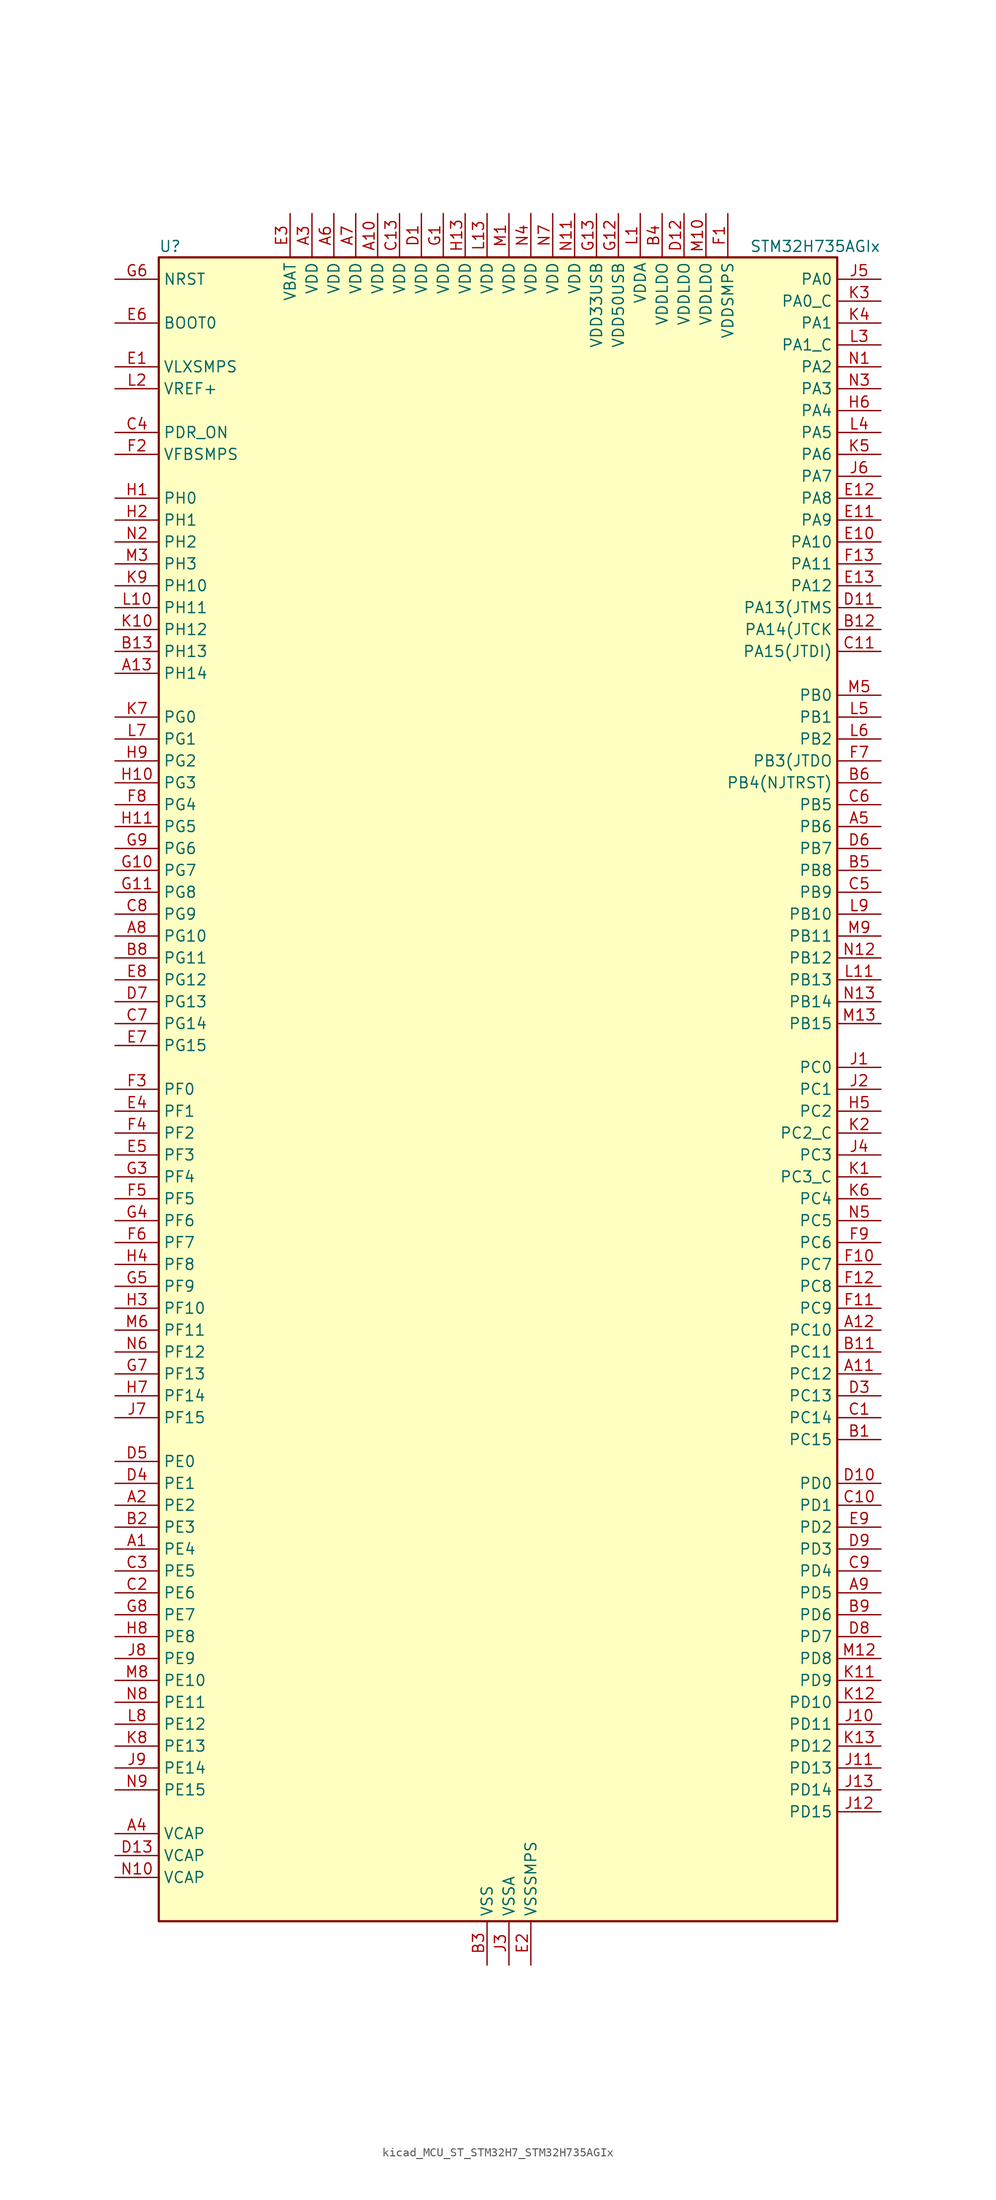
<source format=kicad_sym>
(kicad_symbol_lib
  (version 20220914)
  (generator kicad_symbol_editor)
  (symbol "kicad_MCU_ST_STM32H7_STM32H735AGIx"
    (property "Reference" "U"
      (at -38.1 97.79 0)
      (effects (font (size 1.27 1.27)) (justify left)))
    (property "Value" "STM32H735AGIx"
      (at 30.48 97.79 0)
      (effects (font (size 1.27 1.27)) (justify left)))
    (property "ki_locked" ""
      (at 0 0 0)
      (effects (font (size 1.27 1.27))))
    (symbol "kicad_MCU_ST_STM32H7_STM32H735AGIx_0_1"
      (rectangle (start -38.1 -96.52) (end 40.64 96.52) (stroke (width 0.254) (type default)) (fill (type background))))
    (symbol "kicad_MCU_ST_STM32H7_STM32H735AGIx_1_1"
      (pin bidirectional line (at -43.18 -53.34 0) (length 5.08) (name "PE4" (effects (font (size 1.27 1.27)))) (number "A1" (effects (font (size 1.27 1.27)))) (alternate "DCMI_D4" bidirectional line) (alternate "DEBUG_TRACED1" bidirectional line) (alternate "DFSDM1_DATIN3" bidirectional line) (alternate "FMC_A20" bidirectional line) (alternate "LTDC_B0" bidirectional line) (alternate "PSSI_D4" bidirectional line) (alternate "SAI1_D2" bidirectional line) (alternate "SAI1_FS_A" bidirectional line) (alternate "SAI4_D2" bidirectional line) (alternate "SAI4_FS_A" bidirectional line) (alternate "SPI4_NSS" bidirectional line) (alternate "TIM15_CH1N" bidirectional line))
      (pin power_in line (at -12.7 101.6 270) (length 5.08) (name "VDD" (effects (font (size 1.27 1.27)))) (number "A10" (effects (font (size 1.27 1.27)))))
      (pin bidirectional line (at 45.72 -33.02 180) (length 5.08) (name "PC12" (effects (font (size 1.27 1.27)))) (number "A11" (effects (font (size 1.27 1.27)))) (alternate "DCMI_D9" bidirectional line) (alternate "DEBUG_TRACED3" bidirectional line) (alternate "FMC_D6" bidirectional line) (alternate "FMC_DA6" bidirectional line) (alternate "I2C5_SMBA" bidirectional line) (alternate "I2S3_SDO" bidirectional line) (alternate "I2S6_CK" bidirectional line) (alternate "LTDC_R6" bidirectional line) (alternate "PSSI_D9" bidirectional line) (alternate "SDMMC1_CK" bidirectional line) (alternate "SPI3_MOSI" bidirectional line) (alternate "SPI6_SCK" bidirectional line) (alternate "TIM15_CH1" bidirectional line) (alternate "UART5_TX" bidirectional line) (alternate "USART3_CK" bidirectional line))
      (pin bidirectional line (at 45.72 -27.94 180) (length 5.08) (name "PC10" (effects (font (size 1.27 1.27)))) (number "A12" (effects (font (size 1.27 1.27)))) (alternate "DCMI_D8" bidirectional line) (alternate "DFSDM1_CKIN5" bidirectional line) (alternate "I2C5_SDA" bidirectional line) (alternate "I2S3_CK" bidirectional line) (alternate "LTDC_B1" bidirectional line) (alternate "LTDC_R2" bidirectional line) (alternate "OCTOSPIM_P1_IO1" bidirectional line) (alternate "PSSI_D8" bidirectional line) (alternate "SDMMC1_D2" bidirectional line) (alternate "SPI3_SCK" bidirectional line) (alternate "SWPMI1_RX" bidirectional line) (alternate "UART4_TX" bidirectional line) (alternate "USART3_TX" bidirectional line))
      (pin bidirectional line (at -43.18 48.26 0) (length 5.08) (name "PH14" (effects (font (size 1.27 1.27)))) (number "A13" (effects (font (size 1.27 1.27)))) (alternate "DCMI_D4" bidirectional line) (alternate "FDCAN1_RX" bidirectional line) (alternate "FMC_D22" bidirectional line) (alternate "LTDC_G3" bidirectional line) (alternate "PSSI_D4" bidirectional line) (alternate "TIM8_CH2N" bidirectional line) (alternate "UART4_RX" bidirectional line))
      (pin bidirectional line (at -43.18 -48.26 0) (length 5.08) (name "PE2" (effects (font (size 1.27 1.27)))) (number "A2" (effects (font (size 1.27 1.27)))) (alternate "DEBUG_TRACECLK" bidirectional line) (alternate "ETH_TXD3" bidirectional line) (alternate "FMC_A23" bidirectional line) (alternate "OCTOSPIM_P1_IO2" bidirectional line) (alternate "SAI1_CK1" bidirectional line) (alternate "SAI1_MCLK_A" bidirectional line) (alternate "SAI4_CK1" bidirectional line) (alternate "SAI4_MCLK_A" bidirectional line) (alternate "SPI4_SCK" bidirectional line) (alternate "USART10_RX" bidirectional line))
      (pin power_in line (at -20.32 101.6 270) (length 5.08) (name "VDD" (effects (font (size 1.27 1.27)))) (number "A3" (effects (font (size 1.27 1.27)))))
      (pin power_out line (at -43.18 -86.36 0) (length 5.08) (name "VCAP" (effects (font (size 1.27 1.27)))) (number "A4" (effects (font (size 1.27 1.27)))))
      (pin bidirectional line (at 45.72 30.48 180) (length 5.08) (name "PB6" (effects (font (size 1.27 1.27)))) (number "A5" (effects (font (size 1.27 1.27)))) (alternate "CEC" bidirectional line) (alternate "DCMI_D5" bidirectional line) (alternate "DFSDM1_DATIN5" bidirectional line) (alternate "FDCAN2_TX" bidirectional line) (alternate "FMC_SDNE1" bidirectional line) (alternate "I2C1_SCL" bidirectional line) (alternate "I2C4_SCL" bidirectional line) (alternate "LPUART1_TX" bidirectional line) (alternate "OCTOSPIM_P1_NCS" bidirectional line) (alternate "PSSI_D5" bidirectional line) (alternate "TIM16_CH1N" bidirectional line) (alternate "TIM4_CH1" bidirectional line) (alternate "UART5_TX" bidirectional line) (alternate "USART1_TX" bidirectional line))
      (pin power_in line (at -17.78 101.6 270) (length 5.08) (name "VDD" (effects (font (size 1.27 1.27)))) (number "A6" (effects (font (size 1.27 1.27)))))
      (pin power_in line (at -15.24 101.6 270) (length 5.08) (name "VDD" (effects (font (size 1.27 1.27)))) (number "A7" (effects (font (size 1.27 1.27)))))
      (pin bidirectional line (at -43.18 17.78 0) (length 5.08) (name "PG10" (effects (font (size 1.27 1.27)))) (number "A8" (effects (font (size 1.27 1.27)))) (alternate "DCMI_D2" bidirectional line) (alternate "FDCAN3_RX" bidirectional line) (alternate "FMC_NE3" bidirectional line) (alternate "I2S1_WS" bidirectional line) (alternate "LTDC_B2" bidirectional line) (alternate "LTDC_G3" bidirectional line) (alternate "OCTOSPIM_P2_IO6" bidirectional line) (alternate "PSSI_D2" bidirectional line) (alternate "SAI4_SD_B" bidirectional line) (alternate "SDMMC2_D1" bidirectional line) (alternate "SPI1_NSS" bidirectional line))
      (pin bidirectional line (at 45.72 -58.42 180) (length 5.08) (name "PD5" (effects (font (size 1.27 1.27)))) (number "A9" (effects (font (size 1.27 1.27)))) (alternate "FMC_NWE" bidirectional line) (alternate "OCTOSPIM_P1_IO5" bidirectional line) (alternate "USART2_TX" bidirectional line))
      (pin bidirectional line (at 45.72 -40.64 180) (length 5.08) (name "PC15" (effects (font (size 1.27 1.27)))) (number "B1" (effects (font (size 1.27 1.27)))) (alternate "ADC1_EXTI15" bidirectional line) (alternate "ADC2_EXTI15" bidirectional line) (alternate "ADC3_EXTI15" bidirectional line) (alternate "RCC_OSC32_OUT" bidirectional line))
      (pin passive line (at 0 -101.6 90) (length 5.08) hide (name "VSS" (effects (font (size 1.27 1.27)))) (number "B10" (effects (font (size 1.27 1.27)))))
      (pin bidirectional line (at 45.72 -30.48 180) (length 5.08) (name "PC11" (effects (font (size 1.27 1.27)))) (number "B11" (effects (font (size 1.27 1.27)))) (alternate "ADC1_EXTI11" bidirectional line) (alternate "ADC2_EXTI11" bidirectional line) (alternate "ADC3_EXTI11" bidirectional line) (alternate "DCMI_D4" bidirectional line) (alternate "DFSDM1_DATIN5" bidirectional line) (alternate "I2C5_SCL" bidirectional line) (alternate "I2S3_SDI" bidirectional line) (alternate "LTDC_B4" bidirectional line) (alternate "OCTOSPIM_P1_NCS" bidirectional line) (alternate "PSSI_D4" bidirectional line) (alternate "SDMMC1_D3" bidirectional line) (alternate "SPI3_MISO" bidirectional line) (alternate "UART4_RX" bidirectional line) (alternate "USART3_RX" bidirectional line))
      (pin bidirectional line (at 45.72 53.34 180) (length 5.08) (name "PA14(JTCK" (effects (font (size 1.27 1.27)))) (number "B12" (effects (font (size 1.27 1.27)))) (alternate "DEBUG_JTCK-SWCLK" bidirectional line))
      (pin bidirectional line (at -43.18 50.8 0) (length 5.08) (name "PH13" (effects (font (size 1.27 1.27)))) (number "B13" (effects (font (size 1.27 1.27)))) (alternate "FDCAN1_TX" bidirectional line) (alternate "FMC_D21" bidirectional line) (alternate "LTDC_G2" bidirectional line) (alternate "TIM8_CH1N" bidirectional line) (alternate "UART4_TX" bidirectional line))
      (pin bidirectional line (at -43.18 -50.8 0) (length 5.08) (name "PE3" (effects (font (size 1.27 1.27)))) (number "B2" (effects (font (size 1.27 1.27)))) (alternate "DEBUG_TRACED0" bidirectional line) (alternate "FMC_A19" bidirectional line) (alternate "SAI1_SD_B" bidirectional line) (alternate "SAI4_SD_B" bidirectional line) (alternate "TIM15_BKIN" bidirectional line) (alternate "USART10_TX" bidirectional line))
      (pin power_in line (at 0 -101.6 90) (length 5.08) (name "VSS" (effects (font (size 1.27 1.27)))) (number "B3" (effects (font (size 1.27 1.27)))))
      (pin power_in line (at 20.32 101.6 270) (length 5.08) (name "VDDLDO" (effects (font (size 1.27 1.27)))) (number "B4" (effects (font (size 1.27 1.27)))))
      (pin bidirectional line (at 45.72 25.4 180) (length 5.08) (name "PB8" (effects (font (size 1.27 1.27)))) (number "B5" (effects (font (size 1.27 1.27)))) (alternate "DCMI_D6" bidirectional line) (alternate "DFSDM1_CKIN7" bidirectional line) (alternate "ETH_TXD3" bidirectional line) (alternate "FDCAN1_RX" bidirectional line) (alternate "I2C1_SCL" bidirectional line) (alternate "I2C4_SCL" bidirectional line) (alternate "LTDC_B6" bidirectional line) (alternate "PSSI_D6" bidirectional line) (alternate "SDMMC1_CKIN" bidirectional line) (alternate "SDMMC1_D4" bidirectional line) (alternate "SDMMC2_D4" bidirectional line) (alternate "TIM16_CH1" bidirectional line) (alternate "TIM4_CH3" bidirectional line) (alternate "UART4_RX" bidirectional line))
      (pin bidirectional line (at 45.72 35.56 180) (length 5.08) (name "PB4(NJTRST)" (effects (font (size 1.27 1.27)))) (number "B6" (effects (font (size 1.27 1.27)))) (alternate "DEBUG_JTRST" bidirectional line) (alternate "I2S1_SDI" bidirectional line) (alternate "I2S2_WS" bidirectional line) (alternate "I2S3_SDI" bidirectional line) (alternate "I2S6_SDI" bidirectional line) (alternate "SDMMC2_D3" bidirectional line) (alternate "SPI1_MISO" bidirectional line) (alternate "SPI2_NSS" bidirectional line) (alternate "SPI3_MISO" bidirectional line) (alternate "SPI6_MISO" bidirectional line) (alternate "TIM16_BKIN" bidirectional line) (alternate "TIM3_CH1" bidirectional line) (alternate "UART7_TX" bidirectional line))
      (pin passive line (at 0 -101.6 90) (length 5.08) hide (name "VSS" (effects (font (size 1.27 1.27)))) (number "B7" (effects (font (size 1.27 1.27)))))
      (pin bidirectional line (at -43.18 15.24 0) (length 5.08) (name "PG11" (effects (font (size 1.27 1.27)))) (number "B8" (effects (font (size 1.27 1.27)))) (alternate "ADC1_EXTI11" bidirectional line) (alternate "ADC2_EXTI11" bidirectional line) (alternate "ADC3_EXTI11" bidirectional line) (alternate "DCMI_D3" bidirectional line) (alternate "ETH_TX_EN" bidirectional line) (alternate "I2S1_CK" bidirectional line) (alternate "LPTIM1_IN2" bidirectional line) (alternate "LTDC_B3" bidirectional line) (alternate "OCTOSPIM_P2_IO7" bidirectional line) (alternate "PSSI_D3" bidirectional line) (alternate "SDMMC2_D2" bidirectional line) (alternate "SPDIFRX1_IN0" bidirectional line) (alternate "SPI1_SCK" bidirectional line) (alternate "USART10_RX" bidirectional line))
      (pin bidirectional line (at 45.72 -60.96 180) (length 5.08) (name "PD6" (effects (font (size 1.27 1.27)))) (number "B9" (effects (font (size 1.27 1.27)))) (alternate "DCMI_D10" bidirectional line) (alternate "DFSDM1_CKIN4" bidirectional line) (alternate "DFSDM1_DATIN1" bidirectional line) (alternate "FMC_NWAIT" bidirectional line) (alternate "I2S3_SDO" bidirectional line) (alternate "LTDC_B2" bidirectional line) (alternate "OCTOSPIM_P1_IO6" bidirectional line) (alternate "PSSI_D10" bidirectional line) (alternate "SAI1_D1" bidirectional line) (alternate "SAI1_SD_A" bidirectional line) (alternate "SAI4_D1" bidirectional line) (alternate "SAI4_SD_A" bidirectional line) (alternate "SDMMC2_CK" bidirectional line) (alternate "SPI3_MOSI" bidirectional line) (alternate "USART2_RX" bidirectional line))
      (pin bidirectional line (at 45.72 -38.1 180) (length 5.08) (name "PC14" (effects (font (size 1.27 1.27)))) (number "C1" (effects (font (size 1.27 1.27)))) (alternate "RCC_OSC32_IN" bidirectional line))
      (pin bidirectional line (at 45.72 -48.26 180) (length 5.08) (name "PD1" (effects (font (size 1.27 1.27)))) (number "C10" (effects (font (size 1.27 1.27)))) (alternate "DFSDM1_DATIN6" bidirectional line) (alternate "FDCAN1_TX" bidirectional line) (alternate "FMC_D3" bidirectional line) (alternate "FMC_DA3" bidirectional line) (alternate "UART4_TX" bidirectional line))
      (pin bidirectional line (at 45.72 50.8 180) (length 5.08) (name "PA15(JTDI)" (effects (font (size 1.27 1.27)))) (number "C11" (effects (font (size 1.27 1.27)))) (alternate "ADC1_EXTI15" bidirectional line) (alternate "ADC2_EXTI15" bidirectional line) (alternate "ADC3_EXTI15" bidirectional line) (alternate "CEC" bidirectional line) (alternate "DEBUG_JTDI" bidirectional line) (alternate "I2S1_WS" bidirectional line) (alternate "I2S3_WS" bidirectional line) (alternate "I2S6_WS" bidirectional line) (alternate "LTDC_B6" bidirectional line) (alternate "LTDC_R3" bidirectional line) (alternate "SPI1_NSS" bidirectional line) (alternate "SPI3_NSS" bidirectional line) (alternate "SPI6_NSS" bidirectional line) (alternate "TIM2_CH1" bidirectional line) (alternate "TIM2_ETR" bidirectional line) (alternate "UART4_DE" bidirectional line) (alternate "UART4_RTS" bidirectional line) (alternate "UART7_TX" bidirectional line))
      (pin passive line (at 0 -101.6 90) (length 5.08) hide (name "VSS" (effects (font (size 1.27 1.27)))) (number "C12" (effects (font (size 1.27 1.27)))))
      (pin power_in line (at -10.16 101.6 270) (length 5.08) (name "VDD" (effects (font (size 1.27 1.27)))) (number "C13" (effects (font (size 1.27 1.27)))))
      (pin bidirectional line (at -43.18 -58.42 0) (length 5.08) (name "PE6" (effects (font (size 1.27 1.27)))) (number "C2" (effects (font (size 1.27 1.27)))) (alternate "DCMI_D7" bidirectional line) (alternate "DEBUG_TRACED3" bidirectional line) (alternate "FMC_A22" bidirectional line) (alternate "LTDC_G1" bidirectional line) (alternate "PSSI_D7" bidirectional line) (alternate "SAI1_D1" bidirectional line) (alternate "SAI1_SD_A" bidirectional line) (alternate "SAI4_D1" bidirectional line) (alternate "SAI4_MCLK_B" bidirectional line) (alternate "SAI4_SD_A" bidirectional line) (alternate "SPI4_MOSI" bidirectional line) (alternate "TIM15_CH2" bidirectional line) (alternate "TIM1_BKIN2" bidirectional line) (alternate "TIM1_BKIN2_COMP1" bidirectional line) (alternate "TIM1_BKIN2_COMP2" bidirectional line))
      (pin bidirectional line (at -43.18 -55.88 0) (length 5.08) (name "PE5" (effects (font (size 1.27 1.27)))) (number "C3" (effects (font (size 1.27 1.27)))) (alternate "DCMI_D6" bidirectional line) (alternate "DEBUG_TRACED2" bidirectional line) (alternate "DFSDM1_CKIN3" bidirectional line) (alternate "FMC_A21" bidirectional line) (alternate "LTDC_G0" bidirectional line) (alternate "PSSI_D6" bidirectional line) (alternate "SAI1_CK2" bidirectional line) (alternate "SAI1_SCK_A" bidirectional line) (alternate "SAI4_CK2" bidirectional line) (alternate "SAI4_SCK_A" bidirectional line) (alternate "SPI4_MISO" bidirectional line) (alternate "TIM15_CH1" bidirectional line))
      (pin input line (at -43.18 76.2 0) (length 5.08) (name "PDR_ON" (effects (font (size 1.27 1.27)))) (number "C4" (effects (font (size 1.27 1.27)))))
      (pin bidirectional line (at 45.72 22.86 180) (length 5.08) (name "PB9" (effects (font (size 1.27 1.27)))) (number "C5" (effects (font (size 1.27 1.27)))) (alternate "DAC1_EXTI9" bidirectional line) (alternate "DCMI_D7" bidirectional line) (alternate "DFSDM1_DATIN7" bidirectional line) (alternate "FDCAN1_TX" bidirectional line) (alternate "I2C1_SDA" bidirectional line) (alternate "I2C4_SDA" bidirectional line) (alternate "I2C4_SMBA" bidirectional line) (alternate "I2S2_WS" bidirectional line) (alternate "LTDC_B7" bidirectional line) (alternate "PSSI_D7" bidirectional line) (alternate "SDMMC1_CDIR" bidirectional line) (alternate "SDMMC1_D5" bidirectional line) (alternate "SDMMC2_D5" bidirectional line) (alternate "SPI2_NSS" bidirectional line) (alternate "TIM17_CH1" bidirectional line) (alternate "TIM4_CH4" bidirectional line) (alternate "UART4_TX" bidirectional line))
      (pin bidirectional line (at 45.72 33.02 180) (length 5.08) (name "PB5" (effects (font (size 1.27 1.27)))) (number "C6" (effects (font (size 1.27 1.27)))) (alternate "DCMI_D10" bidirectional line) (alternate "ETH_PPS_OUT" bidirectional line) (alternate "FDCAN2_RX" bidirectional line) (alternate "FMC_SDCKE1" bidirectional line) (alternate "I2C1_SMBA" bidirectional line) (alternate "I2C4_SMBA" bidirectional line) (alternate "I2S1_SDO" bidirectional line) (alternate "I2S3_SDO" bidirectional line) (alternate "I2S6_SDO" bidirectional line) (alternate "LTDC_B5" bidirectional line) (alternate "PSSI_D10" bidirectional line) (alternate "SPI1_MOSI" bidirectional line) (alternate "SPI3_MOSI" bidirectional line) (alternate "SPI6_MOSI" bidirectional line) (alternate "TIM17_BKIN" bidirectional line) (alternate "TIM3_CH2" bidirectional line) (alternate "UART5_RX" bidirectional line) (alternate "USB_OTG_HS_ULPI_D7" bidirectional line))
      (pin bidirectional line (at -43.18 7.62 0) (length 5.08) (name "PG14" (effects (font (size 1.27 1.27)))) (number "C7" (effects (font (size 1.27 1.27)))) (alternate "DEBUG_TRACED1" bidirectional line) (alternate "ETH_TXD1" bidirectional line) (alternate "FMC_A25" bidirectional line) (alternate "I2S6_SDO" bidirectional line) (alternate "LPTIM1_ETR" bidirectional line) (alternate "LTDC_B0" bidirectional line) (alternate "OCTOSPIM_P1_IO7" bidirectional line) (alternate "SDMMC2_D7" bidirectional line) (alternate "SPI6_MOSI" bidirectional line) (alternate "TIM23_CH3" bidirectional line) (alternate "USART10_DE" bidirectional line) (alternate "USART10_RTS" bidirectional line) (alternate "USART6_TX" bidirectional line))
      (pin bidirectional line (at -43.18 20.32 0) (length 5.08) (name "PG9" (effects (font (size 1.27 1.27)))) (number "C8" (effects (font (size 1.27 1.27)))) (alternate "DAC1_EXTI9" bidirectional line) (alternate "DCMI_VSYNC" bidirectional line) (alternate "FDCAN3_TX" bidirectional line) (alternate "FMC_NCE" bidirectional line) (alternate "FMC_NE2" bidirectional line) (alternate "I2S1_SDI" bidirectional line) (alternate "OCTOSPIM_P1_IO6" bidirectional line) (alternate "PSSI_RDY" bidirectional line) (alternate "SAI4_FS_B" bidirectional line) (alternate "SDMMC2_D0" bidirectional line) (alternate "SPDIFRX1_IN3" bidirectional line) (alternate "SPI1_MISO" bidirectional line) (alternate "USART6_RX" bidirectional line))
      (pin bidirectional line (at 45.72 -55.88 180) (length 5.08) (name "PD4" (effects (font (size 1.27 1.27)))) (number "C9" (effects (font (size 1.27 1.27)))) (alternate "FMC_NOE" bidirectional line) (alternate "OCTOSPIM_P1_IO4" bidirectional line) (alternate "USART2_DE" bidirectional line) (alternate "USART2_RTS" bidirectional line))
      (pin power_in line (at -7.62 101.6 270) (length 5.08) (name "VDD" (effects (font (size 1.27 1.27)))) (number "D1" (effects (font (size 1.27 1.27)))))
      (pin bidirectional line (at 45.72 -45.72 180) (length 5.08) (name "PD0" (effects (font (size 1.27 1.27)))) (number "D10" (effects (font (size 1.27 1.27)))) (alternate "DFSDM1_CKIN6" bidirectional line) (alternate "FDCAN1_RX" bidirectional line) (alternate "FMC_D2" bidirectional line) (alternate "FMC_DA2" bidirectional line) (alternate "LTDC_B1" bidirectional line) (alternate "UART4_RX" bidirectional line) (alternate "UART9_CTS" bidirectional line))
      (pin bidirectional line (at 45.72 55.88 180) (length 5.08) (name "PA13(JTMS" (effects (font (size 1.27 1.27)))) (number "D11" (effects (font (size 1.27 1.27)))) (alternate "DEBUG_JTMS-SWDIO" bidirectional line))
      (pin power_in line (at 22.86 101.6 270) (length 5.08) (name "VDDLDO" (effects (font (size 1.27 1.27)))) (number "D12" (effects (font (size 1.27 1.27)))))
      (pin power_out line (at -43.18 -88.9 0) (length 5.08) (name "VCAP" (effects (font (size 1.27 1.27)))) (number "D13" (effects (font (size 1.27 1.27)))))
      (pin passive line (at 0 -101.6 90) (length 5.08) hide (name "VSS" (effects (font (size 1.27 1.27)))) (number "D2" (effects (font (size 1.27 1.27)))))
      (pin bidirectional line (at 45.72 -35.56 180) (length 5.08) (name "PC13" (effects (font (size 1.27 1.27)))) (number "D3" (effects (font (size 1.27 1.27)))) (alternate "PWR_WKUP4" bidirectional line) (alternate "RTC_OUT_ALARM" bidirectional line) (alternate "RTC_OUT_CALIB" bidirectional line) (alternate "RTC_TAMP1" bidirectional line) (alternate "RTC_TS" bidirectional line))
      (pin bidirectional line (at -43.18 -45.72 0) (length 5.08) (name "PE1" (effects (font (size 1.27 1.27)))) (number "D4" (effects (font (size 1.27 1.27)))) (alternate "DCMI_D3" bidirectional line) (alternate "FMC_NBL1" bidirectional line) (alternate "LPTIM1_IN2" bidirectional line) (alternate "LTDC_R6" bidirectional line) (alternate "PSSI_D3" bidirectional line) (alternate "UART8_TX" bidirectional line))
      (pin bidirectional line (at -43.18 -43.18 0) (length 5.08) (name "PE0" (effects (font (size 1.27 1.27)))) (number "D5" (effects (font (size 1.27 1.27)))) (alternate "DCMI_D2" bidirectional line) (alternate "FMC_NBL0" bidirectional line) (alternate "LPTIM1_ETR" bidirectional line) (alternate "LPTIM2_ETR" bidirectional line) (alternate "LTDC_R0" bidirectional line) (alternate "PSSI_D2" bidirectional line) (alternate "SAI4_MCLK_A" bidirectional line) (alternate "TIM4_ETR" bidirectional line) (alternate "UART8_RX" bidirectional line))
      (pin bidirectional line (at 45.72 27.94 180) (length 5.08) (name "PB7" (effects (font (size 1.27 1.27)))) (number "D6" (effects (font (size 1.27 1.27)))) (alternate "DCMI_VSYNC" bidirectional line) (alternate "DFSDM1_CKIN5" bidirectional line) (alternate "FMC_NL" bidirectional line) (alternate "I2C1_SDA" bidirectional line) (alternate "I2C4_SDA" bidirectional line) (alternate "LPUART1_RX" bidirectional line) (alternate "PSSI_RDY" bidirectional line) (alternate "PWR_PVD_IN" bidirectional line) (alternate "TIM17_CH1N" bidirectional line) (alternate "TIM4_CH2" bidirectional line) (alternate "USART1_RX" bidirectional line))
      (pin bidirectional line (at -43.18 10.16 0) (length 5.08) (name "PG13" (effects (font (size 1.27 1.27)))) (number "D7" (effects (font (size 1.27 1.27)))) (alternate "DEBUG_TRACED0" bidirectional line) (alternate "ETH_TXD0" bidirectional line) (alternate "FMC_A24" bidirectional line) (alternate "I2S6_CK" bidirectional line) (alternate "LPTIM1_OUT" bidirectional line) (alternate "LTDC_R0" bidirectional line) (alternate "SDMMC2_D6" bidirectional line) (alternate "SPI6_SCK" bidirectional line) (alternate "TIM23_CH2" bidirectional line) (alternate "USART10_CTS" bidirectional line) (alternate "USART10_NSS" bidirectional line) (alternate "USART6_CTS" bidirectional line) (alternate "USART6_NSS" bidirectional line))
      (pin bidirectional line (at 45.72 -63.5 180) (length 5.08) (name "PD7" (effects (font (size 1.27 1.27)))) (number "D8" (effects (font (size 1.27 1.27)))) (alternate "DFSDM1_CKIN1" bidirectional line) (alternate "DFSDM1_DATIN4" bidirectional line) (alternate "FMC_NE1" bidirectional line) (alternate "I2S1_SDO" bidirectional line) (alternate "OCTOSPIM_P1_IO7" bidirectional line) (alternate "SDMMC2_CMD" bidirectional line) (alternate "SPDIFRX1_IN0" bidirectional line) (alternate "SPI1_MOSI" bidirectional line) (alternate "USART2_CK" bidirectional line))
      (pin bidirectional line (at 45.72 -53.34 180) (length 5.08) (name "PD3" (effects (font (size 1.27 1.27)))) (number "D9" (effects (font (size 1.27 1.27)))) (alternate "DCMI_D5" bidirectional line) (alternate "DFSDM1_CKOUT" bidirectional line) (alternate "FMC_CLK" bidirectional line) (alternate "I2S2_CK" bidirectional line) (alternate "LTDC_G7" bidirectional line) (alternate "PSSI_D5" bidirectional line) (alternate "SPI2_SCK" bidirectional line) (alternate "USART2_CTS" bidirectional line) (alternate "USART2_NSS" bidirectional line))
      (pin power_in line (at -43.18 83.82 0) (length 5.08) (name "VLXSMPS" (effects (font (size 1.27 1.27)))) (number "E1" (effects (font (size 1.27 1.27)))))
      (pin bidirectional line (at 45.72 63.5 180) (length 5.08) (name "PA10" (effects (font (size 1.27 1.27)))) (number "E10" (effects (font (size 1.27 1.27)))) (alternate "DCMI_D1" bidirectional line) (alternate "LPUART1_RX" bidirectional line) (alternate "LTDC_B1" bidirectional line) (alternate "LTDC_B4" bidirectional line) (alternate "MDIOS_MDIO" bidirectional line) (alternate "PSSI_D1" bidirectional line) (alternate "TIM1_CH3" bidirectional line) (alternate "USART1_RX" bidirectional line) (alternate "USB_OTG_HS_ID" bidirectional line))
      (pin bidirectional line (at 45.72 66.04 180) (length 5.08) (name "PA9" (effects (font (size 1.27 1.27)))) (number "E11" (effects (font (size 1.27 1.27)))) (alternate "DAC1_EXTI9" bidirectional line) (alternate "DCMI_D0" bidirectional line) (alternate "ETH_TX_ER" bidirectional line) (alternate "I2C3_SMBA" bidirectional line) (alternate "I2C5_SMBA" bidirectional line) (alternate "I2S2_CK" bidirectional line) (alternate "LPUART1_TX" bidirectional line) (alternate "LTDC_R5" bidirectional line) (alternate "PSSI_D0" bidirectional line) (alternate "SPI2_SCK" bidirectional line) (alternate "TIM1_CH2" bidirectional line) (alternate "USART1_TX" bidirectional line) (alternate "USB_OTG_HS_VBUS" bidirectional line))
      (pin bidirectional line (at 45.72 68.58 180) (length 5.08) (name "PA8" (effects (font (size 1.27 1.27)))) (number "E12" (effects (font (size 1.27 1.27)))) (alternate "I2C3_SCL" bidirectional line) (alternate "I2C5_SCL" bidirectional line) (alternate "LTDC_B3" bidirectional line) (alternate "LTDC_R6" bidirectional line) (alternate "RCC_MCO_1" bidirectional line) (alternate "TIM1_CH1" bidirectional line) (alternate "TIM8_BKIN2" bidirectional line) (alternate "TIM8_BKIN2_COMP1" bidirectional line) (alternate "TIM8_BKIN2_COMP2" bidirectional line) (alternate "UART7_RX" bidirectional line) (alternate "USART1_CK" bidirectional line) (alternate "USB_OTG_HS_SOF" bidirectional line))
      (pin bidirectional line (at 45.72 58.42 180) (length 5.08) (name "PA12" (effects (font (size 1.27 1.27)))) (number "E13" (effects (font (size 1.27 1.27)))) (alternate "FDCAN1_TX" bidirectional line) (alternate "I2S2_CK" bidirectional line) (alternate "LPUART1_DE" bidirectional line) (alternate "LPUART1_RTS" bidirectional line) (alternate "LTDC_R5" bidirectional line) (alternate "SAI4_FS_B" bidirectional line) (alternate "SPI2_SCK" bidirectional line) (alternate "TIM1_BKIN2" bidirectional line) (alternate "TIM1_ETR" bidirectional line) (alternate "UART4_TX" bidirectional line) (alternate "USART1_DE" bidirectional line) (alternate "USART1_RTS" bidirectional line) (alternate "USB_OTG_HS_DP" bidirectional line))
      (pin power_in line (at 5.08 -101.6 90) (length 5.08) (name "VSSSMPS" (effects (font (size 1.27 1.27)))) (number "E2" (effects (font (size 1.27 1.27)))))
      (pin power_in line (at -22.86 101.6 270) (length 5.08) (name "VBAT" (effects (font (size 1.27 1.27)))) (number "E3" (effects (font (size 1.27 1.27)))))
      (pin bidirectional line (at -43.18 -2.54 0) (length 5.08) (name "PF1" (effects (font (size 1.27 1.27)))) (number "E4" (effects (font (size 1.27 1.27)))) (alternate "FMC_A1" bidirectional line) (alternate "I2C2_SCL" bidirectional line) (alternate "I2C5_SCL" bidirectional line) (alternate "OCTOSPIM_P2_IO1" bidirectional line) (alternate "TIM23_CH2" bidirectional line))
      (pin bidirectional line (at -43.18 -7.62 0) (length 5.08) (name "PF3" (effects (font (size 1.27 1.27)))) (number "E5" (effects (font (size 1.27 1.27)))) (alternate "ADC3_INP5" bidirectional line) (alternate "FMC_A3" bidirectional line) (alternate "OCTOSPIM_P2_IO3" bidirectional line) (alternate "TIM23_CH4" bidirectional line))
      (pin input line (at -43.18 88.9 0) (length 5.08) (name "BOOT0" (effects (font (size 1.27 1.27)))) (number "E6" (effects (font (size 1.27 1.27)))))
      (pin bidirectional line (at -43.18 5.08 0) (length 5.08) (name "PG15" (effects (font (size 1.27 1.27)))) (number "E7" (effects (font (size 1.27 1.27)))) (alternate "ADC1_EXTI15" bidirectional line) (alternate "ADC2_EXTI15" bidirectional line) (alternate "ADC3_EXTI15" bidirectional line) (alternate "DCMI_D13" bidirectional line) (alternate "FMC_SDNCAS" bidirectional line) (alternate "OCTOSPIM_P2_DQS" bidirectional line) (alternate "PSSI_D13" bidirectional line) (alternate "USART10_CK" bidirectional line) (alternate "USART6_CTS" bidirectional line) (alternate "USART6_NSS" bidirectional line))
      (pin bidirectional line (at -43.18 12.7 0) (length 5.08) (name "PG12" (effects (font (size 1.27 1.27)))) (number "E8" (effects (font (size 1.27 1.27)))) (alternate "ETH_TXD1" bidirectional line) (alternate "FMC_NE4" bidirectional line) (alternate "I2S6_SDI" bidirectional line) (alternate "LPTIM1_IN1" bidirectional line) (alternate "LTDC_B1" bidirectional line) (alternate "LTDC_B4" bidirectional line) (alternate "OCTOSPIM_P2_NCS" bidirectional line) (alternate "SDMMC2_D3" bidirectional line) (alternate "SPDIFRX1_IN1" bidirectional line) (alternate "SPI6_MISO" bidirectional line) (alternate "TIM23_CH1" bidirectional line) (alternate "USART10_TX" bidirectional line) (alternate "USART6_DE" bidirectional line) (alternate "USART6_RTS" bidirectional line))
      (pin bidirectional line (at 45.72 -50.8 180) (length 5.08) (name "PD2" (effects (font (size 1.27 1.27)))) (number "E9" (effects (font (size 1.27 1.27)))) (alternate "DCMI_D11" bidirectional line) (alternate "DEBUG_TRACED2" bidirectional line) (alternate "FMC_D7" bidirectional line) (alternate "FMC_DA7" bidirectional line) (alternate "LTDC_B2" bidirectional line) (alternate "LTDC_B7" bidirectional line) (alternate "PSSI_D11" bidirectional line) (alternate "SDMMC1_CMD" bidirectional line) (alternate "TIM15_BKIN" bidirectional line) (alternate "TIM3_ETR" bidirectional line) (alternate "UART5_RX" bidirectional line))
      (pin power_in line (at 27.94 101.6 270) (length 5.08) (name "VDDSMPS" (effects (font (size 1.27 1.27)))) (number "F1" (effects (font (size 1.27 1.27)))))
      (pin bidirectional line (at 45.72 -20.32 180) (length 5.08) (name "PC7" (effects (font (size 1.27 1.27)))) (number "F10" (effects (font (size 1.27 1.27)))) (alternate "DCMI_D1" bidirectional line) (alternate "DEBUG_TRGIO" bidirectional line) (alternate "DFSDM1_DATIN3" bidirectional line) (alternate "FMC_NE1" bidirectional line) (alternate "I2S3_MCK" bidirectional line) (alternate "LTDC_G6" bidirectional line) (alternate "PSSI_D1" bidirectional line) (alternate "SDMMC1_D123DIR" bidirectional line) (alternate "SDMMC1_D7" bidirectional line) (alternate "SDMMC2_D7" bidirectional line) (alternate "SWPMI1_TX" bidirectional line) (alternate "TIM3_CH2" bidirectional line) (alternate "TIM8_CH2" bidirectional line) (alternate "USART6_RX" bidirectional line))
      (pin bidirectional line (at 45.72 -25.4 180) (length 5.08) (name "PC9" (effects (font (size 1.27 1.27)))) (number "F11" (effects (font (size 1.27 1.27)))) (alternate "DAC1_EXTI9" bidirectional line) (alternate "DCMI_D3" bidirectional line) (alternate "I2C3_SDA" bidirectional line) (alternate "I2C5_SDA" bidirectional line) (alternate "I2S_CKIN" bidirectional line) (alternate "LTDC_B2" bidirectional line) (alternate "LTDC_G3" bidirectional line) (alternate "OCTOSPIM_P1_IO0" bidirectional line) (alternate "PSSI_D3" bidirectional line) (alternate "RCC_MCO_2" bidirectional line) (alternate "SDMMC1_D1" bidirectional line) (alternate "SWPMI1_SUSPEND" bidirectional line) (alternate "TIM3_CH4" bidirectional line) (alternate "TIM8_CH4" bidirectional line) (alternate "UART5_CTS" bidirectional line))
      (pin bidirectional line (at 45.72 -22.86 180) (length 5.08) (name "PC8" (effects (font (size 1.27 1.27)))) (number "F12" (effects (font (size 1.27 1.27)))) (alternate "DCMI_D2" bidirectional line) (alternate "DEBUG_TRACED1" bidirectional line) (alternate "FMC_INT" bidirectional line) (alternate "FMC_NCE" bidirectional line) (alternate "FMC_NE2" bidirectional line) (alternate "PSSI_D2" bidirectional line) (alternate "SDMMC1_D0" bidirectional line) (alternate "SWPMI1_RX" bidirectional line) (alternate "TIM3_CH3" bidirectional line) (alternate "TIM8_CH3" bidirectional line) (alternate "UART5_DE" bidirectional line) (alternate "UART5_RTS" bidirectional line) (alternate "USART6_CK" bidirectional line))
      (pin bidirectional line (at 45.72 60.96 180) (length 5.08) (name "PA11" (effects (font (size 1.27 1.27)))) (number "F13" (effects (font (size 1.27 1.27)))) (alternate "ADC1_EXTI11" bidirectional line) (alternate "ADC2_EXTI11" bidirectional line) (alternate "ADC3_EXTI11" bidirectional line) (alternate "FDCAN1_RX" bidirectional line) (alternate "I2S2_WS" bidirectional line) (alternate "LPUART1_CTS" bidirectional line) (alternate "LTDC_R4" bidirectional line) (alternate "SPI2_NSS" bidirectional line) (alternate "TIM1_CH4" bidirectional line) (alternate "UART4_RX" bidirectional line) (alternate "USART1_CTS" bidirectional line) (alternate "USART1_NSS" bidirectional line) (alternate "USB_OTG_HS_DM" bidirectional line))
      (pin input line (at -43.18 73.66 0) (length 5.08) (name "VFBSMPS" (effects (font (size 1.27 1.27)))) (number "F2" (effects (font (size 1.27 1.27)))))
      (pin bidirectional line (at -43.18 0 0) (length 5.08) (name "PF0" (effects (font (size 1.27 1.27)))) (number "F3" (effects (font (size 1.27 1.27)))) (alternate "FMC_A0" bidirectional line) (alternate "I2C2_SDA" bidirectional line) (alternate "I2C5_SDA" bidirectional line) (alternate "OCTOSPIM_P2_IO0" bidirectional line) (alternate "TIM23_CH1" bidirectional line))
      (pin bidirectional line (at -43.18 -5.08 0) (length 5.08) (name "PF2" (effects (font (size 1.27 1.27)))) (number "F4" (effects (font (size 1.27 1.27)))) (alternate "FMC_A2" bidirectional line) (alternate "I2C2_SMBA" bidirectional line) (alternate "I2C5_SMBA" bidirectional line) (alternate "OCTOSPIM_P2_IO2" bidirectional line) (alternate "TIM23_CH3" bidirectional line))
      (pin bidirectional line (at -43.18 -12.7 0) (length 5.08) (name "PF5" (effects (font (size 1.27 1.27)))) (number "F5" (effects (font (size 1.27 1.27)))) (alternate "ADC3_INP4" bidirectional line) (alternate "FMC_A5" bidirectional line) (alternate "OCTOSPIM_P2_NCLK" bidirectional line))
      (pin bidirectional line (at -43.18 -17.78 0) (length 5.08) (name "PF7" (effects (font (size 1.27 1.27)))) (number "F6" (effects (font (size 1.27 1.27)))) (alternate "ADC3_INP3" bidirectional line) (alternate "FDCAN3_TX" bidirectional line) (alternate "OCTOSPIM_P1_IO2" bidirectional line) (alternate "SAI1_MCLK_B" bidirectional line) (alternate "SAI4_MCLK_B" bidirectional line) (alternate "SPI5_SCK" bidirectional line) (alternate "TIM17_CH1" bidirectional line) (alternate "TIM23_CH2" bidirectional line) (alternate "UART7_TX" bidirectional line))
      (pin bidirectional line (at 45.72 38.1 180) (length 5.08) (name "PB3(JTDO" (effects (font (size 1.27 1.27)))) (number "F7" (effects (font (size 1.27 1.27)))) (alternate "CRS_SYNC" bidirectional line) (alternate "DEBUG_JTDO-SWO" bidirectional line) (alternate "I2S1_CK" bidirectional line) (alternate "I2S3_CK" bidirectional line) (alternate "I2S6_CK" bidirectional line) (alternate "SDMMC2_D2" bidirectional line) (alternate "SPI1_SCK" bidirectional line) (alternate "SPI3_SCK" bidirectional line) (alternate "SPI6_SCK" bidirectional line) (alternate "TIM24_ETR" bidirectional line) (alternate "TIM2_CH2" bidirectional line) (alternate "UART7_RX" bidirectional line))
      (pin bidirectional line (at -43.18 33.02 0) (length 5.08) (name "PG4" (effects (font (size 1.27 1.27)))) (number "F8" (effects (font (size 1.27 1.27)))) (alternate "FMC_A14" bidirectional line) (alternate "FMC_BA0" bidirectional line) (alternate "TIM1_BKIN2" bidirectional line) (alternate "TIM1_BKIN2_COMP1" bidirectional line) (alternate "TIM1_BKIN2_COMP2" bidirectional line))
      (pin bidirectional line (at 45.72 -17.78 180) (length 5.08) (name "PC6" (effects (font (size 1.27 1.27)))) (number "F9" (effects (font (size 1.27 1.27)))) (alternate "DCMI_D0" bidirectional line) (alternate "DFSDM1_CKIN3" bidirectional line) (alternate "FMC_NWAIT" bidirectional line) (alternate "I2S2_MCK" bidirectional line) (alternate "LTDC_HSYNC" bidirectional line) (alternate "PSSI_D0" bidirectional line) (alternate "SDMMC1_D0DIR" bidirectional line) (alternate "SDMMC1_D6" bidirectional line) (alternate "SDMMC2_D6" bidirectional line) (alternate "SWPMI1_IO" bidirectional line) (alternate "TIM3_CH1" bidirectional line) (alternate "TIM8_CH1" bidirectional line) (alternate "USART6_TX" bidirectional line))
      (pin power_in line (at -5.08 101.6 270) (length 5.08) (name "VDD" (effects (font (size 1.27 1.27)))) (number "G1" (effects (font (size 1.27 1.27)))))
      (pin bidirectional line (at -43.18 25.4 0) (length 5.08) (name "PG7" (effects (font (size 1.27 1.27)))) (number "G10" (effects (font (size 1.27 1.27)))) (alternate "DCMI_D13" bidirectional line) (alternate "FMC_INT" bidirectional line) (alternate "LTDC_CLK" bidirectional line) (alternate "OCTOSPIM_P2_DQS" bidirectional line) (alternate "PSSI_D13" bidirectional line) (alternate "SAI1_MCLK_A" bidirectional line) (alternate "USART6_CK" bidirectional line))
      (pin bidirectional line (at -43.18 22.86 0) (length 5.08) (name "PG8" (effects (font (size 1.27 1.27)))) (number "G11" (effects (font (size 1.27 1.27)))) (alternate "ETH_PPS_OUT" bidirectional line) (alternate "FMC_SDCLK" bidirectional line) (alternate "I2S6_WS" bidirectional line) (alternate "LTDC_G7" bidirectional line) (alternate "SPDIFRX1_IN2" bidirectional line) (alternate "SPI6_NSS" bidirectional line) (alternate "TIM8_ETR" bidirectional line) (alternate "USART6_DE" bidirectional line) (alternate "USART6_RTS" bidirectional line))
      (pin power_in line (at 15.24 101.6 270) (length 5.08) (name "VDD50USB" (effects (font (size 1.27 1.27)))) (number "G12" (effects (font (size 1.27 1.27)))))
      (pin power_in line (at 12.7 101.6 270) (length 5.08) (name "VDD33USB" (effects (font (size 1.27 1.27)))) (number "G13" (effects (font (size 1.27 1.27)))))
      (pin passive line (at 0 -101.6 90) (length 5.08) hide (name "VSS" (effects (font (size 1.27 1.27)))) (number "G2" (effects (font (size 1.27 1.27)))))
      (pin bidirectional line (at -43.18 -10.16 0) (length 5.08) (name "PF4" (effects (font (size 1.27 1.27)))) (number "G3" (effects (font (size 1.27 1.27)))) (alternate "ADC3_INN5" bidirectional line) (alternate "ADC3_INP9" bidirectional line) (alternate "FMC_A4" bidirectional line) (alternate "OCTOSPIM_P2_CLK" bidirectional line))
      (pin bidirectional line (at -43.18 -15.24 0) (length 5.08) (name "PF6" (effects (font (size 1.27 1.27)))) (number "G4" (effects (font (size 1.27 1.27)))) (alternate "ADC3_INN4" bidirectional line) (alternate "ADC3_INP8" bidirectional line) (alternate "FDCAN3_RX" bidirectional line) (alternate "OCTOSPIM_P1_IO3" bidirectional line) (alternate "SAI1_SD_B" bidirectional line) (alternate "SAI4_SD_B" bidirectional line) (alternate "SPI5_NSS" bidirectional line) (alternate "TIM16_CH1" bidirectional line) (alternate "TIM23_CH1" bidirectional line) (alternate "UART7_RX" bidirectional line))
      (pin bidirectional line (at -43.18 -22.86 0) (length 5.08) (name "PF9" (effects (font (size 1.27 1.27)))) (number "G5" (effects (font (size 1.27 1.27)))) (alternate "ADC3_INP2" bidirectional line) (alternate "DAC1_EXTI9" bidirectional line) (alternate "OCTOSPIM_P1_IO1" bidirectional line) (alternate "SAI1_FS_B" bidirectional line) (alternate "SAI4_FS_B" bidirectional line) (alternate "SPI5_MOSI" bidirectional line) (alternate "TIM14_CH1" bidirectional line) (alternate "TIM17_CH1N" bidirectional line) (alternate "TIM23_CH4" bidirectional line) (alternate "UART7_CTS" bidirectional line))
      (pin input line (at -43.18 93.98 0) (length 5.08) (name "NRST" (effects (font (size 1.27 1.27)))) (number "G6" (effects (font (size 1.27 1.27)))))
      (pin bidirectional line (at -43.18 -33.02 0) (length 5.08) (name "PF13" (effects (font (size 1.27 1.27)))) (number "G7" (effects (font (size 1.27 1.27)))) (alternate "ADC2_INP2" bidirectional line) (alternate "DFSDM1_DATIN6" bidirectional line) (alternate "FMC_A7" bidirectional line) (alternate "I2C4_SMBA" bidirectional line) (alternate "TIM24_CH3" bidirectional line))
      (pin bidirectional line (at -43.18 -60.96 0) (length 5.08) (name "PE7" (effects (font (size 1.27 1.27)))) (number "G8" (effects (font (size 1.27 1.27)))) (alternate "COMP2_INM" bidirectional line) (alternate "DFSDM1_DATIN2" bidirectional line) (alternate "FMC_D4" bidirectional line) (alternate "FMC_DA4" bidirectional line) (alternate "OCTOSPIM_P1_IO4" bidirectional line) (alternate "OPAMP2_VOUT" bidirectional line) (alternate "TIM1_ETR" bidirectional line) (alternate "UART7_RX" bidirectional line))
      (pin bidirectional line (at -43.18 27.94 0) (length 5.08) (name "PG6" (effects (font (size 1.27 1.27)))) (number "G9" (effects (font (size 1.27 1.27)))) (alternate "DCMI_D12" bidirectional line) (alternate "FMC_NE3" bidirectional line) (alternate "LTDC_R7" bidirectional line) (alternate "OCTOSPIM_P1_NCS" bidirectional line) (alternate "PSSI_D12" bidirectional line) (alternate "TIM17_BKIN" bidirectional line))
      (pin bidirectional line (at -43.18 68.58 0) (length 5.08) (name "PH0" (effects (font (size 1.27 1.27)))) (number "H1" (effects (font (size 1.27 1.27)))) (alternate "RCC_OSC_IN" bidirectional line))
      (pin bidirectional line (at -43.18 35.56 0) (length 5.08) (name "PG3" (effects (font (size 1.27 1.27)))) (number "H10" (effects (font (size 1.27 1.27)))) (alternate "FMC_A13" bidirectional line) (alternate "TIM23_ETR" bidirectional line) (alternate "TIM8_BKIN2" bidirectional line) (alternate "TIM8_BKIN2_COMP1" bidirectional line) (alternate "TIM8_BKIN2_COMP2" bidirectional line))
      (pin bidirectional line (at -43.18 30.48 0) (length 5.08) (name "PG5" (effects (font (size 1.27 1.27)))) (number "H11" (effects (font (size 1.27 1.27)))) (alternate "FMC_A15" bidirectional line) (alternate "FMC_BA1" bidirectional line) (alternate "TIM1_ETR" bidirectional line))
      (pin passive line (at 0 -101.6 90) (length 5.08) hide (name "VSS" (effects (font (size 1.27 1.27)))) (number "H12" (effects (font (size 1.27 1.27)))))
      (pin power_in line (at -2.54 101.6 270) (length 5.08) (name "VDD" (effects (font (size 1.27 1.27)))) (number "H13" (effects (font (size 1.27 1.27)))))
      (pin bidirectional line (at -43.18 66.04 0) (length 5.08) (name "PH1" (effects (font (size 1.27 1.27)))) (number "H2" (effects (font (size 1.27 1.27)))) (alternate "RCC_OSC_OUT" bidirectional line))
      (pin bidirectional line (at -43.18 -25.4 0) (length 5.08) (name "PF10" (effects (font (size 1.27 1.27)))) (number "H3" (effects (font (size 1.27 1.27)))) (alternate "ADC3_INN2" bidirectional line) (alternate "ADC3_INP6" bidirectional line) (alternate "DCMI_D11" bidirectional line) (alternate "LTDC_DE" bidirectional line) (alternate "OCTOSPIM_P1_CLK" bidirectional line) (alternate "PSSI_D11" bidirectional line) (alternate "PSSI_D15" bidirectional line) (alternate "SAI1_D3" bidirectional line) (alternate "SAI4_D3" bidirectional line) (alternate "TIM16_BKIN" bidirectional line))
      (pin bidirectional line (at -43.18 -20.32 0) (length 5.08) (name "PF8" (effects (font (size 1.27 1.27)))) (number "H4" (effects (font (size 1.27 1.27)))) (alternate "ADC3_INN3" bidirectional line) (alternate "ADC3_INP7" bidirectional line) (alternate "OCTOSPIM_P1_IO0" bidirectional line) (alternate "SAI1_SCK_B" bidirectional line) (alternate "SAI4_SCK_B" bidirectional line) (alternate "SPI5_MISO" bidirectional line) (alternate "TIM13_CH1" bidirectional line) (alternate "TIM16_CH1N" bidirectional line) (alternate "TIM23_CH3" bidirectional line) (alternate "UART7_DE" bidirectional line) (alternate "UART7_RTS" bidirectional line))
      (pin bidirectional line (at 45.72 -2.54 180) (length 5.08) (name "PC2" (effects (font (size 1.27 1.27)))) (number "H5" (effects (font (size 1.27 1.27)))) (alternate "ADC1_INN11" bidirectional line) (alternate "ADC1_INP12" bidirectional line) (alternate "ADC2_INN11" bidirectional line) (alternate "ADC2_INP12" bidirectional line) (alternate "ADC3_INN11" bidirectional line) (alternate "ADC3_INP12" bidirectional line) (alternate "DFSDM1_CKIN1" bidirectional line) (alternate "DFSDM1_CKOUT" bidirectional line) (alternate "ETH_TXD2" bidirectional line) (alternate "FMC_SDNE0" bidirectional line) (alternate "I2S2_SDI" bidirectional line) (alternate "OCTOSPIM_P1_IO2" bidirectional line) (alternate "OCTOSPIM_P1_IO5" bidirectional line) (alternate "PWR_CSTOP" bidirectional line) (alternate "SPI2_MISO" bidirectional line) (alternate "USB_OTG_HS_ULPI_DIR" bidirectional line))
      (pin bidirectional line (at 45.72 78.74 180) (length 5.08) (name "PA4" (effects (font (size 1.27 1.27)))) (number "H6" (effects (font (size 1.27 1.27)))) (alternate "ADC1_INP18" bidirectional line) (alternate "ADC2_INP18" bidirectional line) (alternate "DAC1_OUT1" bidirectional line) (alternate "DCMI_HSYNC" bidirectional line) (alternate "FMC_D8" bidirectional line) (alternate "FMC_DA8" bidirectional line) (alternate "I2S1_WS" bidirectional line) (alternate "I2S3_WS" bidirectional line) (alternate "I2S6_WS" bidirectional line) (alternate "LTDC_VSYNC" bidirectional line) (alternate "PSSI_DE" bidirectional line) (alternate "SPI1_NSS" bidirectional line) (alternate "SPI3_NSS" bidirectional line) (alternate "SPI6_NSS" bidirectional line) (alternate "TIM5_ETR" bidirectional line) (alternate "USART2_CK" bidirectional line))
      (pin bidirectional line (at -43.18 -35.56 0) (length 5.08) (name "PF14" (effects (font (size 1.27 1.27)))) (number "H7" (effects (font (size 1.27 1.27)))) (alternate "ADC2_INN2" bidirectional line) (alternate "ADC2_INP6" bidirectional line) (alternate "DFSDM1_CKIN6" bidirectional line) (alternate "FMC_A8" bidirectional line) (alternate "I2C4_SCL" bidirectional line) (alternate "TIM24_CH4" bidirectional line))
      (pin bidirectional line (at -43.18 -63.5 0) (length 5.08) (name "PE8" (effects (font (size 1.27 1.27)))) (number "H8" (effects (font (size 1.27 1.27)))) (alternate "COMP2_OUT" bidirectional line) (alternate "DFSDM1_CKIN2" bidirectional line) (alternate "FMC_D5" bidirectional line) (alternate "FMC_DA5" bidirectional line) (alternate "OCTOSPIM_P1_IO5" bidirectional line) (alternate "OPAMP2_VINM" bidirectional line) (alternate "TIM1_CH1N" bidirectional line) (alternate "UART7_TX" bidirectional line))
      (pin bidirectional line (at -43.18 38.1 0) (length 5.08) (name "PG2" (effects (font (size 1.27 1.27)))) (number "H9" (effects (font (size 1.27 1.27)))) (alternate "FMC_A12" bidirectional line) (alternate "TIM24_ETR" bidirectional line) (alternate "TIM8_BKIN" bidirectional line) (alternate "TIM8_BKIN_COMP1" bidirectional line) (alternate "TIM8_BKIN_COMP2" bidirectional line))
      (pin bidirectional line (at 45.72 2.54 180) (length 5.08) (name "PC0" (effects (font (size 1.27 1.27)))) (number "J1" (effects (font (size 1.27 1.27)))) (alternate "ADC1_INP10" bidirectional line) (alternate "ADC2_INP10" bidirectional line) (alternate "ADC3_INP10" bidirectional line) (alternate "DFSDM1_CKIN0" bidirectional line) (alternate "DFSDM1_DATIN4" bidirectional line) (alternate "FMC_A25" bidirectional line) (alternate "FMC_D12" bidirectional line) (alternate "FMC_DA12" bidirectional line) (alternate "FMC_SDNWE" bidirectional line) (alternate "LTDC_G2" bidirectional line) (alternate "LTDC_R5" bidirectional line) (alternate "SAI4_FS_B" bidirectional line) (alternate "USB_OTG_HS_ULPI_STP" bidirectional line))
      (pin bidirectional line (at 45.72 -73.66 180) (length 5.08) (name "PD11" (effects (font (size 1.27 1.27)))) (number "J10" (effects (font (size 1.27 1.27)))) (alternate "ADC1_EXTI11" bidirectional line) (alternate "ADC2_EXTI11" bidirectional line) (alternate "ADC3_EXTI11" bidirectional line) (alternate "FMC_A16" bidirectional line) (alternate "FMC_CLE" bidirectional line) (alternate "I2C4_SMBA" bidirectional line) (alternate "LPTIM2_IN2" bidirectional line) (alternate "OCTOSPIM_P1_IO0" bidirectional line) (alternate "SAI4_SD_A" bidirectional line) (alternate "USART3_CTS" bidirectional line) (alternate "USART3_NSS" bidirectional line))
      (pin bidirectional line (at 45.72 -78.74 180) (length 5.08) (name "PD13" (effects (font (size 1.27 1.27)))) (number "J11" (effects (font (size 1.27 1.27)))) (alternate "DCMI_D13" bidirectional line) (alternate "FDCAN3_TX" bidirectional line) (alternate "FMC_A18" bidirectional line) (alternate "I2C4_SDA" bidirectional line) (alternate "LPTIM1_OUT" bidirectional line) (alternate "OCTOSPIM_P1_IO3" bidirectional line) (alternate "PSSI_D13" bidirectional line) (alternate "SAI4_SCK_A" bidirectional line) (alternate "TIM4_CH2" bidirectional line) (alternate "UART9_DE" bidirectional line) (alternate "UART9_RTS" bidirectional line))
      (pin bidirectional line (at 45.72 -83.82 180) (length 5.08) (name "PD15" (effects (font (size 1.27 1.27)))) (number "J12" (effects (font (size 1.27 1.27)))) (alternate "ADC1_EXTI15" bidirectional line) (alternate "ADC2_EXTI15" bidirectional line) (alternate "ADC3_EXTI15" bidirectional line) (alternate "FMC_D1" bidirectional line) (alternate "FMC_DA1" bidirectional line) (alternate "TIM4_CH4" bidirectional line) (alternate "UART8_DE" bidirectional line) (alternate "UART8_RTS" bidirectional line) (alternate "UART9_TX" bidirectional line))
      (pin bidirectional line (at 45.72 -81.28 180) (length 5.08) (name "PD14" (effects (font (size 1.27 1.27)))) (number "J13" (effects (font (size 1.27 1.27)))) (alternate "FMC_D0" bidirectional line) (alternate "FMC_DA0" bidirectional line) (alternate "TIM4_CH3" bidirectional line) (alternate "UART8_CTS" bidirectional line) (alternate "UART9_RX" bidirectional line))
      (pin bidirectional line (at 45.72 0 180) (length 5.08) (name "PC1" (effects (font (size 1.27 1.27)))) (number "J2" (effects (font (size 1.27 1.27)))) (alternate "ADC1_INN10" bidirectional line) (alternate "ADC1_INP11" bidirectional line) (alternate "ADC2_INN10" bidirectional line) (alternate "ADC2_INP11" bidirectional line) (alternate "ADC3_INN10" bidirectional line) (alternate "ADC3_INP11" bidirectional line) (alternate "DEBUG_TRACED0" bidirectional line) (alternate "DFSDM1_CKIN4" bidirectional line) (alternate "DFSDM1_DATIN0" bidirectional line) (alternate "ETH_MDC" bidirectional line) (alternate "I2S2_SDO" bidirectional line) (alternate "LTDC_G5" bidirectional line) (alternate "MDIOS_MDC" bidirectional line) (alternate "OCTOSPIM_P1_IO4" bidirectional line) (alternate "PWR_WKUP6" bidirectional line) (alternate "RTC_TAMP3" bidirectional line) (alternate "SAI1_D1" bidirectional line) (alternate "SAI1_SD_A" bidirectional line) (alternate "SAI4_D1" bidirectional line) (alternate "SAI4_SD_A" bidirectional line) (alternate "SDMMC2_CK" bidirectional line) (alternate "SPI2_MOSI" bidirectional line))
      (pin power_in line (at 2.54 -101.6 90) (length 5.08) (name "VSSA" (effects (font (size 1.27 1.27)))) (number "J3" (effects (font (size 1.27 1.27)))))
      (pin bidirectional line (at 45.72 -7.62 180) (length 5.08) (name "PC3" (effects (font (size 1.27 1.27)))) (number "J4" (effects (font (size 1.27 1.27)))) (alternate "ADC1_INN12" bidirectional line) (alternate "ADC1_INP13" bidirectional line) (alternate "ADC2_INN12" bidirectional line) (alternate "ADC2_INP13" bidirectional line) (alternate "DFSDM1_DATIN1" bidirectional line) (alternate "ETH_TX_CLK" bidirectional line) (alternate "FMC_SDCKE0" bidirectional line) (alternate "I2S2_SDO" bidirectional line) (alternate "OCTOSPIM_P1_IO0" bidirectional line) (alternate "OCTOSPIM_P1_IO6" bidirectional line) (alternate "PWR_CSLEEP" bidirectional line) (alternate "SPI2_MOSI" bidirectional line) (alternate "USB_OTG_HS_ULPI_NXT" bidirectional line))
      (pin bidirectional line (at 45.72 93.98 180) (length 5.08) (name "PA0" (effects (font (size 1.27 1.27)))) (number "J5" (effects (font (size 1.27 1.27)))) (alternate "ADC1_INP16" bidirectional line) (alternate "ETH_CRS" bidirectional line) (alternate "FMC_A19" bidirectional line) (alternate "I2S6_WS" bidirectional line) (alternate "PWR_WKUP1" bidirectional line) (alternate "SAI4_SD_B" bidirectional line) (alternate "SDMMC2_CMD" bidirectional line) (alternate "SPI6_NSS" bidirectional line) (alternate "TIM15_BKIN" bidirectional line) (alternate "TIM2_CH1" bidirectional line) (alternate "TIM2_ETR" bidirectional line) (alternate "TIM5_CH1" bidirectional line) (alternate "TIM8_ETR" bidirectional line) (alternate "UART4_TX" bidirectional line) (alternate "USART2_CTS" bidirectional line) (alternate "USART2_NSS" bidirectional line))
      (pin bidirectional line (at 45.72 71.12 180) (length 5.08) (name "PA7" (effects (font (size 1.27 1.27)))) (number "J6" (effects (font (size 1.27 1.27)))) (alternate "ADC1_INN3" bidirectional line) (alternate "ADC1_INP7" bidirectional line) (alternate "ADC2_INN3" bidirectional line) (alternate "ADC2_INP7" bidirectional line) (alternate "ETH_CRS_DV" bidirectional line) (alternate "ETH_RX_DV" bidirectional line) (alternate "FMC_SDNWE" bidirectional line) (alternate "I2S1_SDO" bidirectional line) (alternate "I2S6_SDO" bidirectional line) (alternate "LTDC_VSYNC" bidirectional line) (alternate "OCTOSPIM_P1_IO2" bidirectional line) (alternate "OPAMP1_VINM" bidirectional line) (alternate "SPI1_MOSI" bidirectional line) (alternate "SPI6_MOSI" bidirectional line) (alternate "TIM14_CH1" bidirectional line) (alternate "TIM1_CH1N" bidirectional line) (alternate "TIM3_CH2" bidirectional line) (alternate "TIM8_CH1N" bidirectional line))
      (pin bidirectional line (at -43.18 -38.1 0) (length 5.08) (name "PF15" (effects (font (size 1.27 1.27)))) (number "J7" (effects (font (size 1.27 1.27)))) (alternate "ADC1_EXTI15" bidirectional line) (alternate "ADC2_EXTI15" bidirectional line) (alternate "ADC3_EXTI15" bidirectional line) (alternate "FMC_A9" bidirectional line) (alternate "I2C4_SDA" bidirectional line))
      (pin bidirectional line (at -43.18 -66.04 0) (length 5.08) (name "PE9" (effects (font (size 1.27 1.27)))) (number "J8" (effects (font (size 1.27 1.27)))) (alternate "COMP2_INP" bidirectional line) (alternate "DAC1_EXTI9" bidirectional line) (alternate "DFSDM1_CKOUT" bidirectional line) (alternate "FMC_D6" bidirectional line) (alternate "FMC_DA6" bidirectional line) (alternate "OCTOSPIM_P1_IO6" bidirectional line) (alternate "OPAMP2_VINP" bidirectional line) (alternate "TIM1_CH1" bidirectional line) (alternate "UART7_DE" bidirectional line) (alternate "UART7_RTS" bidirectional line))
      (pin bidirectional line (at -43.18 -78.74 0) (length 5.08) (name "PE14" (effects (font (size 1.27 1.27)))) (number "J9" (effects (font (size 1.27 1.27)))) (alternate "FMC_D11" bidirectional line) (alternate "FMC_DA11" bidirectional line) (alternate "LTDC_CLK" bidirectional line) (alternate "SAI4_MCLK_B" bidirectional line) (alternate "SPI4_MOSI" bidirectional line) (alternate "TIM1_CH4" bidirectional line))
      (pin bidirectional line (at 45.72 -10.16 180) (length 5.08) (name "PC3_C" (effects (font (size 1.27 1.27)))) (number "K1" (effects (font (size 1.27 1.27)))) (alternate "ADC3_INP1" bidirectional line) (alternate "DFSDM1_DATIN1" bidirectional line) (alternate "ETH_TX_CLK" bidirectional line) (alternate "FMC_SDCKE0" bidirectional line) (alternate "I2S2_SDO" bidirectional line) (alternate "OCTOSPIM_P1_IO0" bidirectional line) (alternate "OCTOSPIM_P1_IO6" bidirectional line) (alternate "PWR_CSLEEP" bidirectional line) (alternate "SPI2_MOSI" bidirectional line) (alternate "USB_OTG_HS_ULPI_NXT" bidirectional line))
      (pin bidirectional line (at -43.18 53.34 0) (length 5.08) (name "PH12" (effects (font (size 1.27 1.27)))) (number "K10" (effects (font (size 1.27 1.27)))) (alternate "DCMI_D3" bidirectional line) (alternate "FMC_D20" bidirectional line) (alternate "I2C4_SDA" bidirectional line) (alternate "LTDC_R6" bidirectional line) (alternate "PSSI_D3" bidirectional line) (alternate "TIM5_CH3" bidirectional line))
      (pin bidirectional line (at 45.72 -68.58 180) (length 5.08) (name "PD9" (effects (font (size 1.27 1.27)))) (number "K11" (effects (font (size 1.27 1.27)))) (alternate "DAC1_EXTI9" bidirectional line) (alternate "DFSDM1_DATIN3" bidirectional line) (alternate "FMC_D14" bidirectional line) (alternate "FMC_DA14" bidirectional line) (alternate "USART3_RX" bidirectional line))
      (pin bidirectional line (at 45.72 -71.12 180) (length 5.08) (name "PD10" (effects (font (size 1.27 1.27)))) (number "K12" (effects (font (size 1.27 1.27)))) (alternate "DFSDM1_CKOUT" bidirectional line) (alternate "FMC_D15" bidirectional line) (alternate "FMC_DA15" bidirectional line) (alternate "LTDC_B3" bidirectional line) (alternate "USART3_CK" bidirectional line))
      (pin bidirectional line (at 45.72 -76.2 180) (length 5.08) (name "PD12" (effects (font (size 1.27 1.27)))) (number "K13" (effects (font (size 1.27 1.27)))) (alternate "DCMI_D12" bidirectional line) (alternate "FDCAN3_RX" bidirectional line) (alternate "FMC_A17" bidirectional line) (alternate "FMC_ALE" bidirectional line) (alternate "I2C4_SCL" bidirectional line) (alternate "LPTIM1_IN1" bidirectional line) (alternate "LPTIM2_IN1" bidirectional line) (alternate "OCTOSPIM_P1_IO1" bidirectional line) (alternate "PSSI_D12" bidirectional line) (alternate "SAI4_FS_A" bidirectional line) (alternate "TIM4_CH1" bidirectional line) (alternate "USART3_DE" bidirectional line) (alternate "USART3_RTS" bidirectional line))
      (pin bidirectional line (at 45.72 -5.08 180) (length 5.08) (name "PC2_C" (effects (font (size 1.27 1.27)))) (number "K2" (effects (font (size 1.27 1.27)))) (alternate "ADC3_INN1" bidirectional line) (alternate "ADC3_INP0" bidirectional line) (alternate "DFSDM1_CKIN1" bidirectional line) (alternate "DFSDM1_CKOUT" bidirectional line) (alternate "ETH_TXD2" bidirectional line) (alternate "FMC_SDNE0" bidirectional line) (alternate "I2S2_SDI" bidirectional line) (alternate "OCTOSPIM_P1_IO2" bidirectional line) (alternate "OCTOSPIM_P1_IO5" bidirectional line) (alternate "PWR_CSTOP" bidirectional line) (alternate "SPI2_MISO" bidirectional line) (alternate "USB_OTG_HS_ULPI_DIR" bidirectional line))
      (pin bidirectional line (at 45.72 91.44 180) (length 5.08) (name "PA0_C" (effects (font (size 1.27 1.27)))) (number "K3" (effects (font (size 1.27 1.27)))) (alternate "ADC1_INN1" bidirectional line) (alternate "ADC1_INP0" bidirectional line) (alternate "ADC2_INN1" bidirectional line) (alternate "ADC2_INP0" bidirectional line) (alternate "ETH_CRS" bidirectional line) (alternate "FMC_A19" bidirectional line) (alternate "I2S6_WS" bidirectional line) (alternate "PWR_WKUP1" bidirectional line) (alternate "SAI4_SD_B" bidirectional line) (alternate "SDMMC2_CMD" bidirectional line) (alternate "SPI6_NSS" bidirectional line) (alternate "TIM15_BKIN" bidirectional line) (alternate "TIM2_CH1" bidirectional line) (alternate "TIM2_ETR" bidirectional line) (alternate "TIM5_CH1" bidirectional line) (alternate "TIM8_ETR" bidirectional line) (alternate "UART4_TX" bidirectional line) (alternate "USART2_CTS" bidirectional line) (alternate "USART2_NSS" bidirectional line))
      (pin bidirectional line (at 45.72 88.9 180) (length 5.08) (name "PA1" (effects (font (size 1.27 1.27)))) (number "K4" (effects (font (size 1.27 1.27)))) (alternate "ADC1_INN16" bidirectional line) (alternate "ADC1_INP17" bidirectional line) (alternate "ETH_REF_CLK" bidirectional line) (alternate "ETH_RX_CLK" bidirectional line) (alternate "LPTIM3_OUT" bidirectional line) (alternate "LTDC_R2" bidirectional line) (alternate "OCTOSPIM_P1_DQS" bidirectional line) (alternate "OCTOSPIM_P1_IO3" bidirectional line) (alternate "SAI4_MCLK_B" bidirectional line) (alternate "TIM15_CH1N" bidirectional line) (alternate "TIM2_CH2" bidirectional line) (alternate "TIM5_CH2" bidirectional line) (alternate "UART4_RX" bidirectional line) (alternate "USART2_DE" bidirectional line) (alternate "USART2_RTS" bidirectional line))
      (pin bidirectional line (at 45.72 73.66 180) (length 5.08) (name "PA6" (effects (font (size 1.27 1.27)))) (number "K5" (effects (font (size 1.27 1.27)))) (alternate "ADC1_INP3" bidirectional line) (alternate "ADC2_INP3" bidirectional line) (alternate "DCMI_PIXCLK" bidirectional line) (alternate "I2S1_SDI" bidirectional line) (alternate "I2S6_SDI" bidirectional line) (alternate "LTDC_G2" bidirectional line) (alternate "MDIOS_MDC" bidirectional line) (alternate "OCTOSPIM_P1_IO3" bidirectional line) (alternate "PSSI_PDCK" bidirectional line) (alternate "SPI1_MISO" bidirectional line) (alternate "SPI6_MISO" bidirectional line) (alternate "TIM13_CH1" bidirectional line) (alternate "TIM1_BKIN" bidirectional line) (alternate "TIM1_BKIN_COMP1" bidirectional line) (alternate "TIM1_BKIN_COMP2" bidirectional line) (alternate "TIM3_CH1" bidirectional line) (alternate "TIM8_BKIN" bidirectional line) (alternate "TIM8_BKIN_COMP1" bidirectional line) (alternate "TIM8_BKIN_COMP2" bidirectional line))
      (pin bidirectional line (at 45.72 -12.7 180) (length 5.08) (name "PC4" (effects (font (size 1.27 1.27)))) (number "K6" (effects (font (size 1.27 1.27)))) (alternate "ADC1_INP4" bidirectional line) (alternate "ADC2_INP4" bidirectional line) (alternate "COMP1_INM" bidirectional line) (alternate "DFSDM1_CKIN2" bidirectional line) (alternate "ETH_RXD0" bidirectional line) (alternate "FMC_A22" bidirectional line) (alternate "FMC_SDNE0" bidirectional line) (alternate "I2S1_MCK" bidirectional line) (alternate "LTDC_R7" bidirectional line) (alternate "OPAMP1_VOUT" bidirectional line) (alternate "SDMMC2_CKIN" bidirectional line) (alternate "SPDIFRX1_IN2" bidirectional line))
      (pin bidirectional line (at -43.18 43.18 0) (length 5.08) (name "PG0" (effects (font (size 1.27 1.27)))) (number "K7" (effects (font (size 1.27 1.27)))) (alternate "FMC_A10" bidirectional line) (alternate "OCTOSPIM_P2_IO4" bidirectional line) (alternate "UART9_RX" bidirectional line))
      (pin bidirectional line (at -43.18 -76.2 0) (length 5.08) (name "PE13" (effects (font (size 1.27 1.27)))) (number "K8" (effects (font (size 1.27 1.27)))) (alternate "COMP2_OUT" bidirectional line) (alternate "DFSDM1_CKIN5" bidirectional line) (alternate "FMC_D10" bidirectional line) (alternate "FMC_DA10" bidirectional line) (alternate "LTDC_DE" bidirectional line) (alternate "SAI4_FS_B" bidirectional line) (alternate "SPI4_MISO" bidirectional line) (alternate "TIM1_CH3" bidirectional line))
      (pin bidirectional line (at -43.18 58.42 0) (length 5.08) (name "PH10" (effects (font (size 1.27 1.27)))) (number "K9" (effects (font (size 1.27 1.27)))) (alternate "DCMI_D1" bidirectional line) (alternate "FMC_D18" bidirectional line) (alternate "I2C4_SMBA" bidirectional line) (alternate "LTDC_R4" bidirectional line) (alternate "PSSI_D1" bidirectional line) (alternate "TIM5_CH1" bidirectional line))
      (pin power_in line (at 17.78 101.6 270) (length 5.08) (name "VDDA" (effects (font (size 1.27 1.27)))) (number "L1" (effects (font (size 1.27 1.27)))))
      (pin bidirectional line (at -43.18 55.88 0) (length 5.08) (name "PH11" (effects (font (size 1.27 1.27)))) (number "L10" (effects (font (size 1.27 1.27)))) (alternate "ADC1_EXTI11" bidirectional line) (alternate "ADC2_EXTI11" bidirectional line) (alternate "ADC3_EXTI11" bidirectional line) (alternate "DCMI_D2" bidirectional line) (alternate "FMC_D19" bidirectional line) (alternate "I2C4_SCL" bidirectional line) (alternate "LTDC_R5" bidirectional line) (alternate "PSSI_D2" bidirectional line) (alternate "TIM5_CH2" bidirectional line))
      (pin bidirectional line (at 45.72 12.7 180) (length 5.08) (name "PB13" (effects (font (size 1.27 1.27)))) (number "L11" (effects (font (size 1.27 1.27)))) (alternate "DCMI_D2" bidirectional line) (alternate "DFSDM1_CKIN1" bidirectional line) (alternate "ETH_TXD1" bidirectional line) (alternate "FDCAN2_TX" bidirectional line) (alternate "I2S2_CK" bidirectional line) (alternate "LPTIM2_OUT" bidirectional line) (alternate "OCTOSPIM_P1_IO2" bidirectional line) (alternate "PSSI_D2" bidirectional line) (alternate "SDMMC1_D0" bidirectional line) (alternate "SPI2_SCK" bidirectional line) (alternate "TIM1_CH1N" bidirectional line) (alternate "UART5_TX" bidirectional line) (alternate "USART3_CTS" bidirectional line) (alternate "USART3_NSS" bidirectional line) (alternate "USB_OTG_HS_ULPI_D6" bidirectional line))
      (pin passive line (at 0 -101.6 90) (length 5.08) hide (name "VSS" (effects (font (size 1.27 1.27)))) (number "L12" (effects (font (size 1.27 1.27)))))
      (pin power_in line (at 0 101.6 270) (length 5.08) (name "VDD" (effects (font (size 1.27 1.27)))) (number "L13" (effects (font (size 1.27 1.27)))))
      (pin input line (at -43.18 81.28 0) (length 5.08) (name "VREF+" (effects (font (size 1.27 1.27)))) (number "L2" (effects (font (size 1.27 1.27)))) (alternate "VREFBUF_OUT" bidirectional line))
      (pin bidirectional line (at 45.72 86.36 180) (length 5.08) (name "PA1_C" (effects (font (size 1.27 1.27)))) (number "L3" (effects (font (size 1.27 1.27)))) (alternate "ADC1_INP1" bidirectional line) (alternate "ADC2_INP1" bidirectional line) (alternate "ETH_REF_CLK" bidirectional line) (alternate "ETH_RX_CLK" bidirectional line) (alternate "LPTIM3_OUT" bidirectional line) (alternate "LTDC_R2" bidirectional line) (alternate "OCTOSPIM_P1_DQS" bidirectional line) (alternate "OCTOSPIM_P1_IO3" bidirectional line) (alternate "SAI4_MCLK_B" bidirectional line) (alternate "TIM15_CH1N" bidirectional line) (alternate "TIM2_CH2" bidirectional line) (alternate "TIM5_CH2" bidirectional line) (alternate "UART4_RX" bidirectional line) (alternate "USART2_DE" bidirectional line) (alternate "USART2_RTS" bidirectional line))
      (pin bidirectional line (at 45.72 76.2 180) (length 5.08) (name "PA5" (effects (font (size 1.27 1.27)))) (number "L4" (effects (font (size 1.27 1.27)))) (alternate "ADC1_INN18" bidirectional line) (alternate "ADC1_INP19" bidirectional line) (alternate "ADC2_INN18" bidirectional line) (alternate "ADC2_INP19" bidirectional line) (alternate "DAC1_OUT2" bidirectional line) (alternate "FMC_D9" bidirectional line) (alternate "FMC_DA9" bidirectional line) (alternate "I2S1_CK" bidirectional line) (alternate "I2S6_CK" bidirectional line) (alternate "LTDC_R4" bidirectional line) (alternate "PSSI_D14" bidirectional line) (alternate "PWR_NDSTOP2" bidirectional line) (alternate "SPI1_SCK" bidirectional line) (alternate "SPI6_SCK" bidirectional line) (alternate "TIM2_CH1" bidirectional line) (alternate "TIM2_ETR" bidirectional line) (alternate "TIM8_CH1N" bidirectional line) (alternate "USB_OTG_HS_ULPI_CK" bidirectional line))
      (pin bidirectional line (at 45.72 43.18 180) (length 5.08) (name "PB1" (effects (font (size 1.27 1.27)))) (number "L5" (effects (font (size 1.27 1.27)))) (alternate "ADC1_INP5" bidirectional line) (alternate "ADC2_INP5" bidirectional line) (alternate "COMP1_INM" bidirectional line) (alternate "DFSDM1_DATIN1" bidirectional line) (alternate "ETH_RXD3" bidirectional line) (alternate "LTDC_G0" bidirectional line) (alternate "LTDC_R6" bidirectional line) (alternate "OCTOSPIM_P1_IO0" bidirectional line) (alternate "TIM1_CH3N" bidirectional line) (alternate "TIM3_CH4" bidirectional line) (alternate "TIM8_CH3N" bidirectional line) (alternate "USB_OTG_HS_ULPI_D2" bidirectional line))
      (pin bidirectional line (at 45.72 40.64 180) (length 5.08) (name "PB2" (effects (font (size 1.27 1.27)))) (number "L6" (effects (font (size 1.27 1.27)))) (alternate "COMP1_INP" bidirectional line) (alternate "DFSDM1_CKIN1" bidirectional line) (alternate "ETH_TX_ER" bidirectional line) (alternate "I2S3_SDO" bidirectional line) (alternate "OCTOSPIM_P1_CLK" bidirectional line) (alternate "OCTOSPIM_P1_DQS" bidirectional line) (alternate "RTC_OUT_ALARM" bidirectional line) (alternate "RTC_OUT_CALIB" bidirectional line) (alternate "SAI1_D1" bidirectional line) (alternate "SAI1_SD_A" bidirectional line) (alternate "SAI4_D1" bidirectional line) (alternate "SAI4_SD_A" bidirectional line) (alternate "SPI3_MOSI" bidirectional line) (alternate "TIM23_ETR" bidirectional line))
      (pin bidirectional line (at -43.18 40.64 0) (length 5.08) (name "PG1" (effects (font (size 1.27 1.27)))) (number "L7" (effects (font (size 1.27 1.27)))) (alternate "FMC_A11" bidirectional line) (alternate "OCTOSPIM_P2_IO5" bidirectional line) (alternate "OPAMP2_VINM" bidirectional line) (alternate "UART9_TX" bidirectional line))
      (pin bidirectional line (at -43.18 -73.66 0) (length 5.08) (name "PE12" (effects (font (size 1.27 1.27)))) (number "L8" (effects (font (size 1.27 1.27)))) (alternate "COMP1_OUT" bidirectional line) (alternate "DFSDM1_DATIN5" bidirectional line) (alternate "FMC_D9" bidirectional line) (alternate "FMC_DA9" bidirectional line) (alternate "LTDC_B4" bidirectional line) (alternate "SAI4_SCK_B" bidirectional line) (alternate "SPI4_SCK" bidirectional line) (alternate "TIM1_CH3N" bidirectional line))
      (pin bidirectional line (at 45.72 20.32 180) (length 5.08) (name "PB10" (effects (font (size 1.27 1.27)))) (number "L9" (effects (font (size 1.27 1.27)))) (alternate "DFSDM1_DATIN7" bidirectional line) (alternate "ETH_RX_ER" bidirectional line) (alternate "I2C2_SCL" bidirectional line) (alternate "I2S2_CK" bidirectional line) (alternate "LPTIM2_IN1" bidirectional line) (alternate "LTDC_G4" bidirectional line) (alternate "OCTOSPIM_P1_NCS" bidirectional line) (alternate "SPI2_SCK" bidirectional line) (alternate "TIM2_CH3" bidirectional line) (alternate "USART3_TX" bidirectional line) (alternate "USB_OTG_HS_ULPI_D3" bidirectional line))
      (pin power_in line (at 2.54 101.6 270) (length 5.08) (name "VDD" (effects (font (size 1.27 1.27)))) (number "M1" (effects (font (size 1.27 1.27)))))
      (pin power_in line (at 25.4 101.6 270) (length 5.08) (name "VDDLDO" (effects (font (size 1.27 1.27)))) (number "M10" (effects (font (size 1.27 1.27)))))
      (pin passive line (at 0 -101.6 90) (length 5.08) hide (name "VSS" (effects (font (size 1.27 1.27)))) (number "M11" (effects (font (size 1.27 1.27)))))
      (pin bidirectional line (at 45.72 -66.04 180) (length 5.08) (name "PD8" (effects (font (size 1.27 1.27)))) (number "M12" (effects (font (size 1.27 1.27)))) (alternate "DFSDM1_CKIN3" bidirectional line) (alternate "FMC_D13" bidirectional line) (alternate "FMC_DA13" bidirectional line) (alternate "SPDIFRX1_IN1" bidirectional line) (alternate "USART3_TX" bidirectional line))
      (pin bidirectional line (at 45.72 7.62 180) (length 5.08) (name "PB15" (effects (font (size 1.27 1.27)))) (number "M13" (effects (font (size 1.27 1.27)))) (alternate "ADC1_EXTI15" bidirectional line) (alternate "ADC2_EXTI15" bidirectional line) (alternate "ADC3_EXTI15" bidirectional line) (alternate "DFSDM1_CKIN2" bidirectional line) (alternate "FMC_D11" bidirectional line) (alternate "FMC_DA11" bidirectional line) (alternate "I2S2_SDO" bidirectional line) (alternate "LTDC_G7" bidirectional line) (alternate "RTC_REFIN" bidirectional line) (alternate "SDMMC2_D1" bidirectional line) (alternate "SPI2_MOSI" bidirectional line) (alternate "TIM12_CH2" bidirectional line) (alternate "TIM1_CH3N" bidirectional line) (alternate "TIM8_CH3N" bidirectional line) (alternate "UART4_CTS" bidirectional line) (alternate "USART1_RX" bidirectional line))
      (pin passive line (at 0 -101.6 90) (length 5.08) hide (name "VSS" (effects (font (size 1.27 1.27)))) (number "M2" (effects (font (size 1.27 1.27)))))
      (pin bidirectional line (at -43.18 60.96 0) (length 5.08) (name "PH3" (effects (font (size 1.27 1.27)))) (number "M3" (effects (font (size 1.27 1.27)))) (alternate "ADC3_INN13" bidirectional line) (alternate "ADC3_INP14" bidirectional line) (alternate "ETH_COL" bidirectional line) (alternate "FMC_SDNE0" bidirectional line) (alternate "LTDC_R1" bidirectional line) (alternate "OCTOSPIM_P1_IO5" bidirectional line) (alternate "SAI4_MCLK_B" bidirectional line))
      (pin passive line (at 0 -101.6 90) (length 5.08) hide (name "VSS" (effects (font (size 1.27 1.27)))) (number "M4" (effects (font (size 1.27 1.27)))))
      (pin bidirectional line (at 45.72 45.72 180) (length 5.08) (name "PB0" (effects (font (size 1.27 1.27)))) (number "M5" (effects (font (size 1.27 1.27)))) (alternate "ADC1_INN5" bidirectional line) (alternate "ADC1_INP9" bidirectional line) (alternate "ADC2_INN5" bidirectional line) (alternate "ADC2_INP9" bidirectional line) (alternate "COMP1_INP" bidirectional line) (alternate "DFSDM1_CKOUT" bidirectional line) (alternate "ETH_RXD2" bidirectional line) (alternate "LTDC_G1" bidirectional line) (alternate "LTDC_R3" bidirectional line) (alternate "OCTOSPIM_P1_IO1" bidirectional line) (alternate "OPAMP1_VINP" bidirectional line) (alternate "TIM1_CH2N" bidirectional line) (alternate "TIM3_CH3" bidirectional line) (alternate "TIM8_CH2N" bidirectional line) (alternate "UART4_CTS" bidirectional line) (alternate "USB_OTG_HS_ULPI_D1" bidirectional line))
      (pin bidirectional line (at -43.18 -27.94 0) (length 5.08) (name "PF11" (effects (font (size 1.27 1.27)))) (number "M6" (effects (font (size 1.27 1.27)))) (alternate "ADC1_EXTI11" bidirectional line) (alternate "ADC1_INP2" bidirectional line) (alternate "ADC2_EXTI11" bidirectional line) (alternate "ADC3_EXTI11" bidirectional line) (alternate "DCMI_D12" bidirectional line) (alternate "FMC_SDNRAS" bidirectional line) (alternate "OCTOSPIM_P1_NCLK" bidirectional line) (alternate "PSSI_D12" bidirectional line) (alternate "SAI4_SD_B" bidirectional line) (alternate "SPI5_MOSI" bidirectional line) (alternate "TIM24_CH1" bidirectional line))
      (pin passive line (at 0 -101.6 90) (length 5.08) hide (name "VSS" (effects (font (size 1.27 1.27)))) (number "M7" (effects (font (size 1.27 1.27)))))
      (pin bidirectional line (at -43.18 -68.58 0) (length 5.08) (name "PE10" (effects (font (size 1.27 1.27)))) (number "M8" (effects (font (size 1.27 1.27)))) (alternate "COMP2_INM" bidirectional line) (alternate "DFSDM1_DATIN4" bidirectional line) (alternate "FMC_D7" bidirectional line) (alternate "FMC_DA7" bidirectional line) (alternate "OCTOSPIM_P1_IO7" bidirectional line) (alternate "TIM1_CH2N" bidirectional line) (alternate "UART7_CTS" bidirectional line))
      (pin bidirectional line (at 45.72 17.78 180) (length 5.08) (name "PB11" (effects (font (size 1.27 1.27)))) (number "M9" (effects (font (size 1.27 1.27)))) (alternate "ADC1_EXTI11" bidirectional line) (alternate "ADC2_EXTI11" bidirectional line) (alternate "ADC3_EXTI11" bidirectional line) (alternate "DFSDM1_CKIN7" bidirectional line) (alternate "ETH_TX_EN" bidirectional line) (alternate "I2C2_SDA" bidirectional line) (alternate "LPTIM2_ETR" bidirectional line) (alternate "LTDC_G5" bidirectional line) (alternate "TIM2_CH4" bidirectional line) (alternate "USART3_RX" bidirectional line) (alternate "USB_OTG_HS_ULPI_D4" bidirectional line))
      (pin bidirectional line (at 45.72 83.82 180) (length 5.08) (name "PA2" (effects (font (size 1.27 1.27)))) (number "N1" (effects (font (size 1.27 1.27)))) (alternate "ADC1_INP14" bidirectional line) (alternate "ADC2_INP14" bidirectional line) (alternate "ETH_MDIO" bidirectional line) (alternate "LPTIM4_OUT" bidirectional line) (alternate "LTDC_R1" bidirectional line) (alternate "MDIOS_MDIO" bidirectional line) (alternate "OCTOSPIM_P1_IO0" bidirectional line) (alternate "PWR_WKUP2" bidirectional line) (alternate "SAI4_SCK_B" bidirectional line) (alternate "TIM15_CH1" bidirectional line) (alternate "TIM2_CH3" bidirectional line) (alternate "TIM5_CH3" bidirectional line) (alternate "USART2_TX" bidirectional line))
      (pin power_out line (at -43.18 -91.44 0) (length 5.08) (name "VCAP" (effects (font (size 1.27 1.27)))) (number "N10" (effects (font (size 1.27 1.27)))))
      (pin power_in line (at 10.16 101.6 270) (length 5.08) (name "VDD" (effects (font (size 1.27 1.27)))) (number "N11" (effects (font (size 1.27 1.27)))))
      (pin bidirectional line (at 45.72 15.24 180) (length 5.08) (name "PB12" (effects (font (size 1.27 1.27)))) (number "N12" (effects (font (size 1.27 1.27)))) (alternate "DFSDM1_DATIN1" bidirectional line) (alternate "ETH_TXD0" bidirectional line) (alternate "FDCAN2_RX" bidirectional line) (alternate "I2C2_SMBA" bidirectional line) (alternate "I2S2_WS" bidirectional line) (alternate "OCTOSPIM_P1_IO0" bidirectional line) (alternate "OCTOSPIM_P1_NCLK" bidirectional line) (alternate "SPI2_NSS" bidirectional line) (alternate "TIM1_BKIN" bidirectional line) (alternate "TIM1_BKIN_COMP1" bidirectional line) (alternate "TIM1_BKIN_COMP2" bidirectional line) (alternate "UART5_RX" bidirectional line) (alternate "USART3_CK" bidirectional line) (alternate "USB_OTG_HS_ULPI_D5" bidirectional line))
      (pin bidirectional line (at 45.72 10.16 180) (length 5.08) (name "PB14" (effects (font (size 1.27 1.27)))) (number "N13" (effects (font (size 1.27 1.27)))) (alternate "DFSDM1_DATIN2" bidirectional line) (alternate "FMC_D10" bidirectional line) (alternate "FMC_DA10" bidirectional line) (alternate "I2S2_SDI" bidirectional line) (alternate "LTDC_CLK" bidirectional line) (alternate "SDMMC2_D0" bidirectional line) (alternate "SPI2_MISO" bidirectional line) (alternate "TIM12_CH1" bidirectional line) (alternate "TIM1_CH2N" bidirectional line) (alternate "TIM8_CH2N" bidirectional line) (alternate "UART4_DE" bidirectional line) (alternate "UART4_RTS" bidirectional line) (alternate "USART1_TX" bidirectional line) (alternate "USART3_DE" bidirectional line) (alternate "USART3_RTS" bidirectional line))
      (pin bidirectional line (at -43.18 63.5 0) (length 5.08) (name "PH2" (effects (font (size 1.27 1.27)))) (number "N2" (effects (font (size 1.27 1.27)))) (alternate "ADC3_INP13" bidirectional line) (alternate "ETH_CRS" bidirectional line) (alternate "FMC_SDCKE0" bidirectional line) (alternate "LPTIM1_IN2" bidirectional line) (alternate "LTDC_R0" bidirectional line) (alternate "OCTOSPIM_P1_IO4" bidirectional line) (alternate "SAI4_SCK_B" bidirectional line))
      (pin bidirectional line (at 45.72 81.28 180) (length 5.08) (name "PA3" (effects (font (size 1.27 1.27)))) (number "N3" (effects (font (size 1.27 1.27)))) (alternate "ADC1_INP15" bidirectional line) (alternate "ADC2_INP15" bidirectional line) (alternate "ETH_COL" bidirectional line) (alternate "I2S6_MCK" bidirectional line) (alternate "LPTIM5_OUT" bidirectional line) (alternate "LTDC_B2" bidirectional line) (alternate "LTDC_B5" bidirectional line) (alternate "OCTOSPIM_P1_CLK" bidirectional line) (alternate "OCTOSPIM_P1_IO2" bidirectional line) (alternate "TIM15_CH2" bidirectional line) (alternate "TIM2_CH4" bidirectional line) (alternate "TIM5_CH4" bidirectional line) (alternate "USART2_RX" bidirectional line) (alternate "USB_OTG_HS_ULPI_D0" bidirectional line))
      (pin power_in line (at 5.08 101.6 270) (length 5.08) (name "VDD" (effects (font (size 1.27 1.27)))) (number "N4" (effects (font (size 1.27 1.27)))))
      (pin bidirectional line (at 45.72 -15.24 180) (length 5.08) (name "PC5" (effects (font (size 1.27 1.27)))) (number "N5" (effects (font (size 1.27 1.27)))) (alternate "ADC1_INN4" bidirectional line) (alternate "ADC1_INP8" bidirectional line) (alternate "ADC2_INN4" bidirectional line) (alternate "ADC2_INP8" bidirectional line) (alternate "COMP1_OUT" bidirectional line) (alternate "DFSDM1_DATIN2" bidirectional line) (alternate "ETH_RXD1" bidirectional line) (alternate "FMC_SDCKE0" bidirectional line) (alternate "LTDC_DE" bidirectional line) (alternate "OCTOSPIM_P1_DQS" bidirectional line) (alternate "OPAMP1_VINM" bidirectional line) (alternate "PSSI_D15" bidirectional line) (alternate "SAI1_D3" bidirectional line) (alternate "SAI4_D3" bidirectional line) (alternate "SPDIFRX1_IN3" bidirectional line))
      (pin bidirectional line (at -43.18 -30.48 0) (length 5.08) (name "PF12" (effects (font (size 1.27 1.27)))) (number "N6" (effects (font (size 1.27 1.27)))) (alternate "ADC1_INN2" bidirectional line) (alternate "ADC1_INP6" bidirectional line) (alternate "FMC_A6" bidirectional line) (alternate "OCTOSPIM_P2_DQS" bidirectional line) (alternate "TIM24_CH2" bidirectional line))
      (pin power_in line (at 7.62 101.6 270) (length 5.08) (name "VDD" (effects (font (size 1.27 1.27)))) (number "N7" (effects (font (size 1.27 1.27)))))
      (pin bidirectional line (at -43.18 -71.12 0) (length 5.08) (name "PE11" (effects (font (size 1.27 1.27)))) (number "N8" (effects (font (size 1.27 1.27)))) (alternate "ADC1_EXTI11" bidirectional line) (alternate "ADC2_EXTI11" bidirectional line) (alternate "ADC3_EXTI11" bidirectional line) (alternate "COMP2_INP" bidirectional line) (alternate "DFSDM1_CKIN4" bidirectional line) (alternate "FMC_D8" bidirectional line) (alternate "FMC_DA8" bidirectional line) (alternate "LTDC_G3" bidirectional line) (alternate "OCTOSPIM_P1_NCS" bidirectional line) (alternate "SAI4_SD_B" bidirectional line) (alternate "SPI4_NSS" bidirectional line) (alternate "TIM1_CH2" bidirectional line))
      (pin bidirectional line (at -43.18 -81.28 0) (length 5.08) (name "PE15" (effects (font (size 1.27 1.27)))) (number "N9" (effects (font (size 1.27 1.27)))) (alternate "ADC1_EXTI15" bidirectional line) (alternate "ADC2_EXTI15" bidirectional line) (alternate "ADC3_EXTI15" bidirectional line) (alternate "FMC_D12" bidirectional line) (alternate "FMC_DA12" bidirectional line) (alternate "LTDC_R7" bidirectional line) (alternate "TIM1_BKIN" bidirectional line) (alternate "TIM1_BKIN_COMP1" bidirectional line) (alternate "TIM1_BKIN_COMP2" bidirectional line) (alternate "USART10_CK" bidirectional line)))))
</source>
